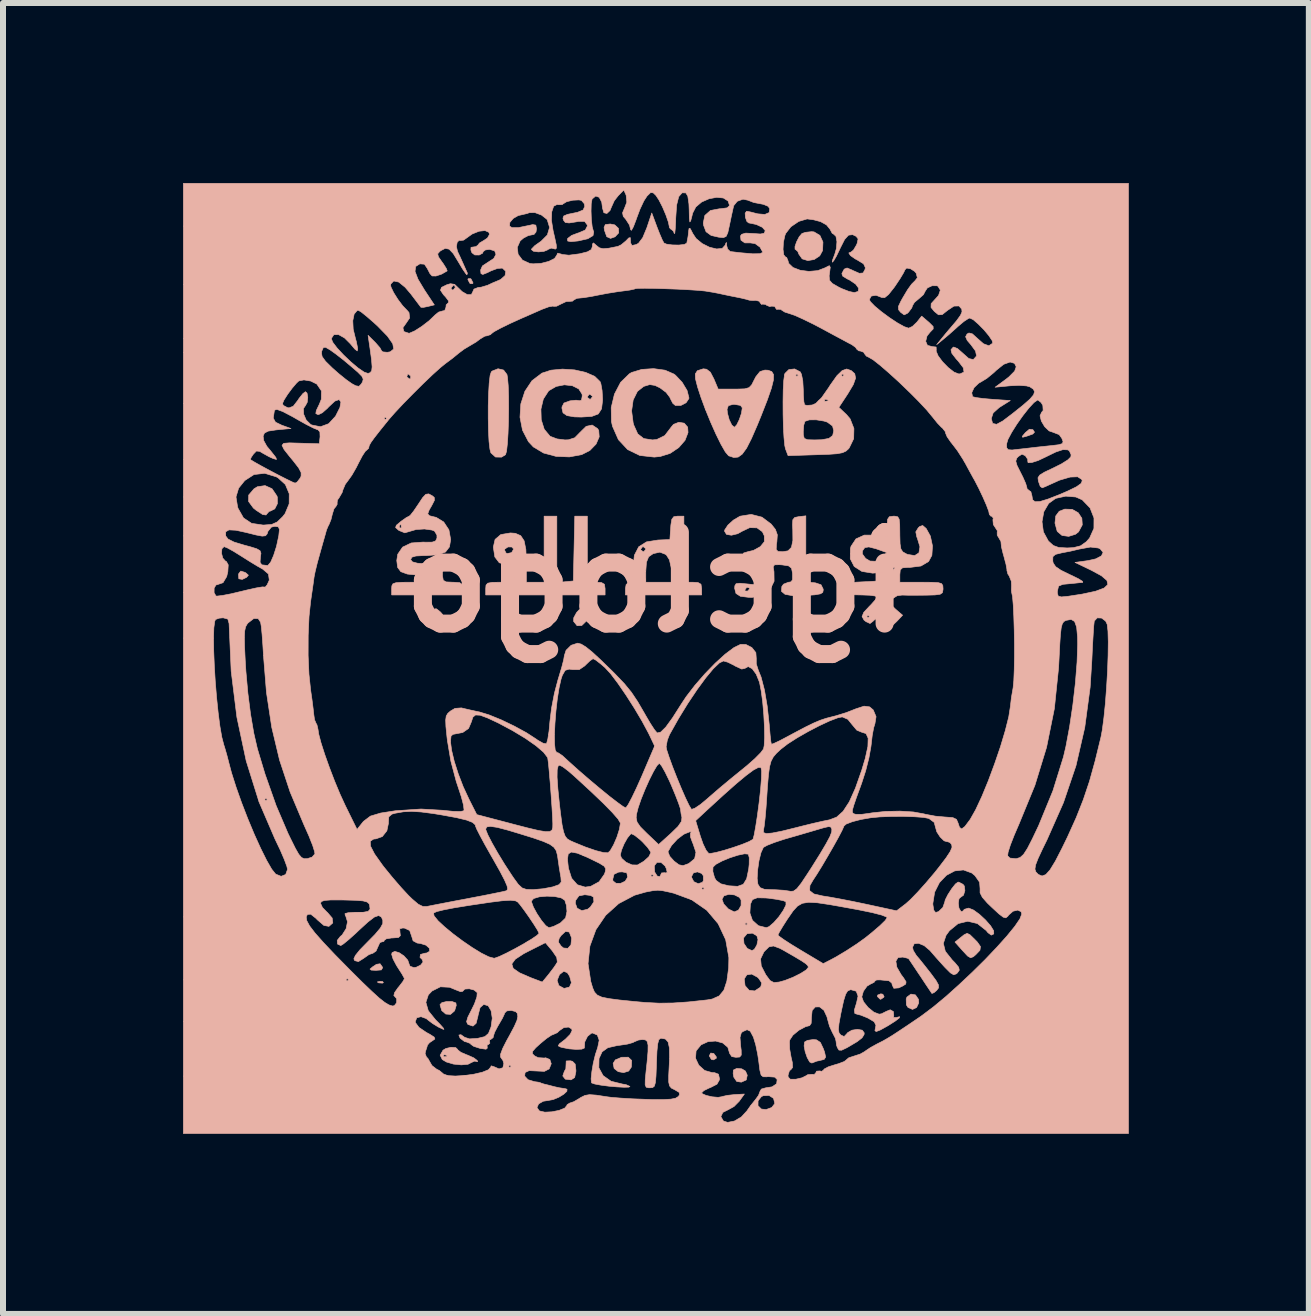
<source format=kicad_pcb>
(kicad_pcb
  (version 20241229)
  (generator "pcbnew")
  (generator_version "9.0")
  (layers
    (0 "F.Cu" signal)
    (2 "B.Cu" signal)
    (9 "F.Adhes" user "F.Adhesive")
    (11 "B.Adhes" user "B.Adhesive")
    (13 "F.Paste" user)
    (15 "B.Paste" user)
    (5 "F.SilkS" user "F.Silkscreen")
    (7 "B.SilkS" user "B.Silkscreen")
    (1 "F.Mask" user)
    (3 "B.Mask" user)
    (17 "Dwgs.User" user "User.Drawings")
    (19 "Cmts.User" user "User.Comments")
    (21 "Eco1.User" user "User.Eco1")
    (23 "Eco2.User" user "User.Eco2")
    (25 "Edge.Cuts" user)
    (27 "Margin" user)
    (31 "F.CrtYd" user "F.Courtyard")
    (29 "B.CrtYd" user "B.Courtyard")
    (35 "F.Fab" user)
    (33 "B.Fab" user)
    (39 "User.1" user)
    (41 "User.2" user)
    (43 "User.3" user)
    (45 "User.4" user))
  (footprint "igclogo"
    (layer "F.Cu")
    (at 7.879 7.921)
    (property "Reference" "igclogo" (at 0 -1.27 180) (layer "B.SilkS") (effects (font (size 1.524 1.524) (thickness 0.3)) (justify mirror)))
    (attr through_hole)
    (fp_poly (pts (xy -4.541 5.402) (xy -4.554 5.383) (xy -4.597 5.38) (xy -4.642 5.39) (xy -4.622 5.405) (xy -4.556 5.41) (xy -4.541 5.402)) (stroke (width 0.01) (type solid)) (fill yes) (layer "B.SilkS"))
    (fp_poly (pts (xy 1.005 6.664) (xy 1.006 6.638) (xy 0.964 6.582) (xy 0.913 6.575) (xy 0.889 6.622) (xy 0.923 6.68) (xy 0.956 6.689) (xy 1.005 6.664)) (stroke (width 0.01) (type solid)) (fill yes) (layer "B.SilkS"))
    (fp_poly (pts (xy -3.051 -6.246) (xy -3.048 -6.26) (xy -3.079 -6.32) (xy -3.09 -6.329) (xy -3.129 -6.327) (xy -3.133 -6.313) (xy -3.102 -6.253) (xy -3.09 -6.244) (xy -3.051 -6.246)) (stroke (width 0.01) (type solid)) (fill yes) (layer "B.SilkS"))
    (fp_poly (pts (xy 3.796 5.646) (xy 3.802 5.634) (xy 3.781 5.595) (xy 3.747 5.588) (xy 3.694 5.609) (xy 3.691 5.634) (xy 3.735 5.677) (xy 3.747 5.679) (xy 3.796 5.646)) (stroke (width 0.01) (type solid)) (fill yes) (layer "B.SilkS"))
    (fp_poly (pts (xy 6.181 -3.704) (xy 6.279 -3.739) (xy 6.308 -3.77) (xy 6.281 -3.812) (xy 6.223 -3.819) (xy 6.156 -3.763) (xy 6.103 -3.699) (xy 6.111 -3.685) (xy 6.181 -3.704)) (stroke (width 0.01) (type solid)) (fill yes) (layer "B.SilkS"))
    (fp_poly (pts (xy -6.821 -1.351) (xy -6.79 -1.387) (xy -6.832 -1.425) (xy -6.848 -1.434) (xy -6.917 -1.456) (xy -6.95 -1.415) (xy -6.955 -1.396) (xy -6.95 -1.327) (xy -6.892 -1.317) (xy -6.821 -1.351)) (stroke (width 0.01) (type solid)) (fill yes) (layer "B.SilkS"))
    (fp_poly (pts (xy -4.575 5.19) (xy -4.554 5.154) (xy -4.558 5.141) (xy -4.596 5.087) (xy -4.657 5.097) (xy -4.718 5.137) (xy -4.764 5.176) (xy -4.744 5.193) (xy -4.665 5.197) (xy -4.575 5.19)) (stroke (width 0.01) (type solid)) (fill yes) (layer "B.SilkS"))
    (fp_poly (pts (xy -0.682 -7.025) (xy -0.62 -7.091) (xy -0.624 -7.166) (xy -0.686 -7.224) (xy -0.761 -7.239) (xy -0.843 -7.229) (xy -0.864 -7.181) (xy -0.857 -7.133) (xy -0.819 -7.027) (xy -0.756 -6.999) (xy -0.682 -7.025)) (stroke (width 0.01) (type solid)) (fill yes) (layer "B.SilkS"))
    (fp_poly (pts (xy -0.454 6.875) (xy -0.409 6.808) (xy -0.404 6.698) (xy -0.461 6.644) (xy -0.571 6.645) (xy -0.676 6.689) (xy -0.713 6.747) (xy -0.696 6.832) (xy -0.628 6.885) (xy -0.538 6.901) (xy -0.454 6.875)) (stroke (width 0.01) (type solid)) (fill yes) (layer "B.SilkS"))
    (fp_poly (pts (xy 1.505 7.023) (xy 1.522 6.944) (xy 1.492 6.875) (xy 1.43 6.838) (xy 1.347 6.831) (xy 1.291 6.858) (xy 1.287 6.917) (xy 1.298 6.977) (xy 1.346 7.048) (xy 1.423 7.06) (xy 1.505 7.023)) (stroke (width 0.01) (type solid)) (fill yes) (layer "B.SilkS"))
    (fp_poly (pts (xy 4.343 5.816) (xy 4.379 5.74) (xy 4.375 5.68) (xy 4.324 5.606) (xy 4.249 5.593) (xy 4.183 5.642) (xy 4.17 5.673) (xy 4.173 5.772) (xy 4.201 5.816) (xy 4.276 5.848) (xy 4.343 5.816)) (stroke (width 0.01) (type solid)) (fill yes) (layer "B.SilkS"))
    (fp_poly (pts (xy -3.358 5.875) (xy -3.352 5.864) (xy -3.327 5.781) (xy -3.333 5.74) (xy -3.396 5.717) (xy -3.486 5.716) (xy -3.566 5.735) (xy -3.598 5.768) (xy -3.569 5.867) (xy -3.502 5.925) (xy -3.423 5.931) (xy -3.358 5.875)) (stroke (width 0.01) (type solid)) (fill yes) (layer "B.SilkS"))
    (fp_poly (pts (xy -1.236 -0.548) (xy -1.168 -0.614) (xy -1.126 -0.692) (xy -1.136 -0.744) (xy -1.168 -0.781) (xy -1.223 -0.833) (xy -1.258 -0.833) (xy -1.31 -0.778) (xy -1.323 -0.763) (xy -1.369 -0.678) (xy -1.372 -0.618) (xy -1.313 -0.545) (xy -1.236 -0.548)) (stroke (width 0.01) (type solid)) (fill yes) (layer "B.SilkS"))
    (fp_poly (pts (xy -1.412 7.02) (xy -1.354 6.983) (xy -1.334 6.888) (xy -1.333 6.862) (xy -1.345 6.759) (xy -1.39 6.713) (xy -1.427 6.704) (xy -1.495 6.707) (xy -1.497 6.753) (xy -1.501 6.836) (xy -1.526 6.881) (xy -1.552 6.957) (xy -1.51 7.01) (xy -1.419 7.021) (xy -1.412 7.02)) (stroke (width 0.01) (type solid)) (fill yes) (layer "B.SilkS"))
    (fp_poly (pts (xy 5.289 4.97) (xy 5.33 4.935) (xy 5.399 4.862) (xy 5.408 4.801) (xy 5.356 4.726) (xy 5.311 4.68) (xy 5.233 4.604) (xy 5.185 4.58) (xy 5.134 4.605) (xy 5.079 4.649) (xy 4.983 4.726) (xy 5.112 4.871) (xy 5.193 4.958) (xy 5.244 4.988) (xy 5.289 4.97)) (stroke (width 0.01) (type solid)) (fill yes) (layer "B.SilkS"))
    (fp_poly (pts (xy 6.991 -2.069) (xy 7.042 -2.109) (xy 7.104 -2.225) (xy 7.097 -2.336) (xy 7.036 -2.428) (xy 6.936 -2.484) (xy 6.813 -2.488) (xy 6.72 -2.452) (xy 6.662 -2.374) (xy 6.649 -2.255) (xy 6.684 -2.125) (xy 6.69 -2.114) (xy 6.767 -2.049) (xy 6.878 -2.034) (xy 6.991 -2.069)) (stroke (width 0.01) (type solid)) (fill yes) (layer "B.SilkS"))
    (fp_poly (pts (xy -6.488 -2.403) (xy -6.443 -2.452) (xy -6.425 -2.455) (xy -6.351 -2.492) (xy -6.307 -2.579) (xy -6.308 -2.687) (xy -6.315 -2.707) (xy -6.396 -2.827) (xy -6.512 -2.88) (xy -6.64 -2.861) (xy -6.697 -2.826) (xy -6.785 -2.723) (xy -6.788 -2.617) (xy -6.707 -2.506) (xy -6.662 -2.47) (xy -6.553 -2.398) (xy -6.496 -2.39) (xy -6.488 -2.403)) (stroke (width 0.01) (type solid)) (fill yes) (layer "B.SilkS"))
    (fp_poly (pts (xy -3.61 -0.527) (xy -3.553 -0.598) (xy -3.529 -0.675) (xy -3.564 -0.745) (xy -3.594 -0.777) (xy -3.657 -0.827) (xy -3.688 -0.826) (xy -3.688 -0.824) (xy -3.687 -0.751) (xy -3.687 -0.748) (xy -3.707 -0.732) (xy -3.721 -0.738) (xy -3.772 -0.742) (xy -3.79 -0.692) (xy -3.769 -0.612) (xy -3.759 -0.594) (xy -3.684 -0.519) (xy -3.61 -0.527)) (stroke (width 0.01) (type solid)) (fill yes) (layer "B.SilkS"))
    (fp_poly (pts (xy 2.599 6.741) (xy 2.679 6.71) (xy 2.728 6.7) (xy 2.803 6.681) (xy 2.828 6.642) (xy 2.81 6.559) (xy 2.789 6.501) (xy 2.74 6.398) (xy 2.676 6.355) (xy 2.619 6.35) (xy 2.524 6.364) (xy 2.477 6.391) (xy 2.469 6.457) (xy 2.487 6.553) (xy 2.521 6.651) (xy 2.562 6.724) (xy 2.599 6.742) (xy 2.599 6.741)) (stroke (width 0.01) (type solid)) (fill yes) (layer "B.SilkS"))
    (fp_poly (pts (xy 2.637 -6.647) (xy 2.729 -6.708) (xy 2.777 -6.796) (xy 2.783 -6.938) (xy 2.732 -7.049) (xy 2.635 -7.107) (xy 2.594 -7.111) (xy 2.492 -7.1) (xy 2.433 -7.08) (xy 2.387 -7.025) (xy 2.344 -6.942) (xy 2.317 -6.863) (xy 2.318 -6.818) (xy 2.324 -6.816) (xy 2.364 -6.781) (xy 2.381 -6.737) (xy 2.437 -6.658) (xy 2.531 -6.629) (xy 2.637 -6.647)) (stroke (width 0.01) (type solid)) (fill yes) (layer "B.SilkS"))
    (fp_poly (pts (xy -2.506 -3.395) (xy -2.489 -3.453) (xy -2.475 -3.577) (xy -2.464 -3.749) (xy -2.457 -3.95) (xy -2.454 -4.162) (xy -2.455 -4.367) (xy -2.461 -4.545) (xy -2.473 -4.679) (xy -2.482 -4.731) (xy -2.538 -4.805) (xy -2.631 -4.827) (xy -2.727 -4.789) (xy -2.743 -4.775) (xy -2.763 -4.714) (xy -2.778 -4.587) (xy -2.788 -4.413) (xy -2.794 -4.21) (xy -2.794 -3.998) (xy -2.79 -3.794) (xy -2.781 -3.617) (xy -2.766 -3.487) (xy -2.75 -3.426) (xy -2.673 -3.356) (xy -2.573 -3.354) (xy -2.506 -3.395)) (stroke (width 0.01) (type solid)) (fill yes) (layer "B.SilkS"))
    (fp_poly (pts (xy -3.131 6.762) (xy -3.069 6.73) (xy -3.016 6.708) (xy -2.996 6.716) (xy -2.97 6.717) (xy -2.979 6.698) (xy -3.035 6.655) (xy -3.136 6.61) (xy -3.154 6.604) (xy -3.251 6.562) (xy -3.3 6.523) (xy -3.302 6.516) (xy -3.336 6.484) (xy -3.414 6.479) (xy -3.5 6.499) (xy -3.548 6.528) (xy -3.595 6.611) (xy -3.585 6.632) (xy -3.542 6.632) (xy -3.536 6.607) (xy -3.514 6.604) (xy -3.479 6.619) (xy -3.485 6.632) (xy -3.536 6.637) (xy -3.542 6.632) (xy -3.585 6.632) (xy -3.56 6.683) (xy -3.491 6.724) (xy -3.373 6.759) (xy -3.243 6.772) (xy -3.131 6.762)) (stroke (width 0.01) (type solid)) (fill yes) (layer "B.SilkS"))
    (fp_poly (pts (xy -0.847 -1.164) (xy -0.858 -1.236) (xy -0.908 -1.265) (xy -0.995 -1.27) (xy -1.143 -1.27) (xy -1.143 -2.371) (xy -1.352 -2.371) (xy -1.376 -1.291) (xy -1.651 -1.265) (xy -1.651 -2.371) (xy -1.863 -2.371) (xy -1.863 -1.27) (xy -2.159 -1.27) (xy -2.159 -1.601) (xy -2.167 -1.816) (xy -2.196 -1.96) (xy -2.253 -2.046) (xy -2.343 -2.085) (xy -2.425 -2.091) (xy -2.585 -2.064) (xy -2.68 -1.983) (xy -2.709 -1.855) (xy -2.702 -1.808) (xy -2.523 -1.808) (xy -2.517 -1.823) (xy -2.465 -1.858) (xy -2.401 -1.857) (xy -2.371 -1.823) (xy -2.404 -1.764) (xy -2.473 -1.748) (xy -2.498 -1.757) (xy -2.523 -1.808) (xy -2.702 -1.808) (xy -2.684 -1.691) (xy -2.61 -1.594) (xy -2.501 -1.566) (xy -2.418 -1.556) (xy -2.379 -1.507) (xy -2.363 -1.418) (xy -2.345 -1.27) (xy -2.591 -1.27) (xy -2.729 -1.268) (xy -2.802 -1.254) (xy -2.831 -1.222) (xy -2.836 -1.164) (xy -2.836 -1.058) (xy -0.847 -1.058) (xy -0.847 -1.164)) (stroke (width 0.01) (type solid)) (fill yes) (layer "B.SilkS"))
    (fp_poly (pts (xy 0.072 -3.365) (xy 0.237 -3.417) (xy 0.38 -3.513) (xy 0.485 -3.634) (xy 0.535 -3.764) (xy 0.529 -3.854) (xy 0.472 -3.92) (xy 0.381 -3.935) (xy 0.293 -3.9) (xy 0.256 -3.856) (xy 0.148 -3.714) (xy 0.014 -3.648) (xy -0.058 -3.641) (xy -0.204 -3.664) (xy -0.303 -3.742) (xy -0.369 -3.889) (xy -0.379 -3.924) (xy -0.405 -4.125) (xy -0.379 -4.307) (xy -0.308 -4.45) (xy -0.203 -4.533) (xy -0.103 -4.563) (xy -0.015 -4.549) (xy 0.069 -4.508) (xy 0.17 -4.433) (xy 0.233 -4.349) (xy 0.238 -4.335) (xy 0.282 -4.25) (xy 0.324 -4.215) (xy 0.415 -4.215) (xy 0.502 -4.26) (xy 0.549 -4.33) (xy 0.55 -4.343) (xy 0.519 -4.465) (xy 0.437 -4.601) (xy 0.326 -4.719) (xy 0.301 -4.738) (xy 0.152 -4.803) (xy -0.039 -4.829) (xy -0.236 -4.816) (xy -0.405 -4.765) (xy -0.442 -4.743) (xy -0.588 -4.601) (xy -0.691 -4.404) (xy -0.745 -4.179) (xy -0.741 -3.948) (xy -0.724 -3.869) (xy -0.625 -3.645) (xy -0.471 -3.48) (xy -0.269 -3.382) (xy -0.028 -3.355) (xy 0.072 -3.365)) (stroke (width 0.01) (type solid)) (fill yes) (layer "B.SilkS"))
    (fp_poly (pts (xy 0.762 -1.164) (xy 0.751 -1.236) (xy 0.701 -1.265) (xy 0.614 -1.27) (xy 0.466 -1.27) (xy 0.466 -2.371) (xy 0.362 -2.371) (xy 0.298 -2.362) (xy 0.265 -2.319) (xy 0.249 -2.222) (xy 0.246 -2.176) (xy 0.233 -1.981) (xy 0.033 -1.973) (xy -0.158 -1.942) (xy -0.287 -1.86) (xy -0.307 -1.82) (xy -0.254 -1.82) (xy -0.222 -1.861) (xy -0.212 -1.863) (xy -0.171 -1.83) (xy -0.169 -1.82) (xy -0.202 -1.779) (xy -0.212 -1.778) (xy -0.253 -1.81) (xy -0.254 -1.82) (xy -0.307 -1.82) (xy -0.359 -1.72) (xy -0.381 -1.517) (xy -0.386 -1.372) (xy -0.404 -1.295) (xy -0.44 -1.27) (xy -0.445 -1.27) (xy -0.169 -1.27) (xy -0.169 -1.45) (xy -0.158 -1.603) (xy -0.121 -1.694) (xy -0.049 -1.744) (xy -0.042 -1.747) (xy 0.066 -1.771) (xy 0.154 -1.737) (xy 0.175 -1.723) (xy 0.225 -1.643) (xy 0.256 -1.506) (xy 0.26 -1.47) (xy 0.276 -1.27) (xy -0.169 -1.27) (xy -0.445 -1.27) (xy -0.496 -1.233) (xy -0.508 -1.164) (xy -0.508 -1.058) (xy 0.762 -1.058) (xy 0.762 -1.164)) (stroke (width 0.01) (type solid)) (fill yes) (layer "B.SilkS"))
    (fp_poly (pts (xy 1.37 -3.355) (xy 1.438 -3.404) (xy 1.51 -3.503) (xy 1.591 -3.662) (xy 1.689 -3.887) (xy 1.753 -4.044) (xy 1.856 -4.307) (xy 1.924 -4.503) (xy 1.958 -4.64) (xy 1.96 -4.73) (xy 1.93 -4.78) (xy 1.869 -4.802) (xy 1.816 -4.805) (xy 1.734 -4.78) (xy 1.665 -4.694) (xy 1.64 -4.646) (xy 1.596 -4.559) (xy 1.551 -4.512) (xy 1.479 -4.492) (xy 1.356 -4.488) (xy 1.301 -4.488) (xy 1.037 -4.488) (xy 0.966 -4.657) (xy 0.907 -4.77) (xy 0.843 -4.819) (xy 0.789 -4.826) (xy 0.69 -4.794) (xy 0.656 -4.74) (xy 0.659 -4.66) (xy 0.694 -4.523) (xy 0.752 -4.346) (xy 0.824 -4.151) (xy 1.185 -4.151) (xy 1.207 -4.212) (xy 1.284 -4.233) (xy 1.312 -4.233) (xy 1.409 -4.216) (xy 1.439 -4.176) (xy 1.425 -4.084) (xy 1.389 -3.978) (xy 1.346 -3.891) (xy 1.308 -3.852) (xy 1.307 -3.852) (xy 1.264 -3.889) (xy 1.221 -3.978) (xy 1.192 -4.086) (xy 1.185 -4.151) (xy 0.824 -4.151) (xy 0.827 -4.144) (xy 0.912 -3.936) (xy 1 -3.738) (xy 1.084 -3.568) (xy 1.156 -3.442) (xy 1.211 -3.377) (xy 1.216 -3.375) (xy 1.298 -3.348) (xy 1.37 -3.355)) (stroke (width 0.01) (type solid)) (fill yes) (layer "B.SilkS"))
    (fp_poly (pts (xy -1.237 -3.396) (xy -1.101 -3.465) (xy -0.997 -3.572) (xy -0.945 -3.692) (xy -0.953 -3.799) (xy -0.972 -3.829) (xy -1.062 -3.889) (xy -1.162 -3.867) (xy -1.263 -3.768) (xy -1.352 -3.677) (xy -1.458 -3.643) (xy -1.516 -3.641) (xy -1.648 -3.658) (xy -1.759 -3.7) (xy -1.767 -3.706) (xy -1.861 -3.819) (xy -1.911 -3.977) (xy -1.916 -4.154) (xy -1.876 -4.322) (xy -1.79 -4.455) (xy -1.783 -4.462) (xy -1.663 -4.532) (xy -1.525 -4.559) (xy -1.392 -4.544) (xy -1.286 -4.491) (xy -1.231 -4.405) (xy -1.228 -4.374) (xy -1.23 -4.36) (xy -1.143 -4.36) (xy -1.111 -4.401) (xy -1.101 -4.403) (xy -1.06 -4.37) (xy -1.058 -4.36) (xy -1.091 -4.319) (xy -1.101 -4.318) (xy -1.142 -4.35) (xy -1.143 -4.36) (xy -1.23 -4.36) (xy -1.24 -4.305) (xy -1.266 -4.294) (xy -1.331 -4.303) (xy -1.434 -4.292) (xy -1.435 -4.291) (xy -1.532 -4.256) (xy -1.565 -4.191) (xy -1.566 -4.169) (xy -1.548 -4.092) (xy -1.482 -4.046) (xy -1.356 -4.025) (xy -1.243 -4.022) (xy -1.068 -4.033) (xy -0.96 -4.074) (xy -0.906 -4.159) (xy -0.889 -4.299) (xy -0.889 -4.322) (xy -0.897 -4.463) (xy -0.917 -4.577) (xy -0.93 -4.612) (xy -1.02 -4.7) (xy -1.17 -4.766) (xy -1.356 -4.808) (xy -1.557 -4.821) (xy -1.749 -4.803) (xy -1.899 -4.754) (xy -2.065 -4.628) (xy -2.183 -4.451) (xy -2.251 -4.241) (xy -2.265 -4.019) (xy -2.223 -3.803) (xy -2.124 -3.612) (xy -2.042 -3.524) (xy -1.873 -3.423) (xy -1.664 -3.367) (xy -1.442 -3.358) (xy -1.237 -3.396)) (stroke (width 0.01) (type solid)) (fill yes) (layer "B.SilkS"))
    (fp_poly (pts (xy 2.671 -3.394) (xy 2.879 -3.401) (xy 3.019 -3.411) (xy 3.109 -3.428) (xy 3.167 -3.455) (xy 3.21 -3.494) (xy 3.221 -3.508) (xy 3.295 -3.661) (xy 3.299 -3.831) (xy 3.236 -3.992) (xy 3.175 -4.064) (xy 3.048 -4.183) (xy 3.197 -4.409) (xy 3.289 -4.563) (xy 3.327 -4.67) (xy 3.313 -4.744) (xy 3.255 -4.796) (xy 3.179 -4.823) (xy 3.103 -4.796) (xy 3.025 -4.72) (xy 3.09 -4.72) (xy 3.111 -4.741) (xy 3.133 -4.72) (xy 3.111 -4.699) (xy 3.09 -4.72) (xy 3.025 -4.72) (xy 3.015 -4.71) (xy 2.905 -4.555) (xy 2.88 -4.515) (xy 2.761 -4.345) (xy 2.704 -4.29) (xy 2.808 -4.29) (xy 2.814 -4.315) (xy 2.836 -4.318) (xy 2.871 -4.303) (xy 2.865 -4.29) (xy 2.814 -4.285) (xy 2.808 -4.29) (xy 2.704 -4.29) (xy 2.663 -4.249) (xy 2.604 -4.223) (xy 2.517 -4.216) (xy 2.477 -4.225) (xy 2.465 -4.277) (xy 2.457 -4.385) (xy 2.455 -4.486) (xy 2.447 -4.626) (xy 2.425 -4.735) (xy 2.405 -4.775) (xy 2.311 -4.824) (xy 2.215 -4.813) (xy 2.15 -4.749) (xy 2.143 -4.731) (xy 2.142 -4.72) (xy 2.328 -4.72) (xy 2.349 -4.741) (xy 2.371 -4.72) (xy 2.349 -4.699) (xy 2.328 -4.72) (xy 2.142 -4.72) (xy 2.13 -4.633) (xy 2.121 -4.475) (xy 2.118 -4.279) (xy 2.119 -4.067) (xy 2.124 -3.86) (xy 2.128 -3.782) (xy 2.455 -3.782) (xy 2.463 -3.886) (xy 2.482 -3.949) (xy 2.484 -3.951) (xy 2.554 -3.975) (xy 2.671 -3.976) (xy 2.8 -3.955) (xy 2.855 -3.938) (xy 2.943 -3.873) (xy 2.963 -3.794) (xy 2.945 -3.714) (xy 2.882 -3.666) (xy 2.76 -3.644) (xy 2.642 -3.641) (xy 2.527 -3.644) (xy 2.472 -3.666) (xy 2.456 -3.725) (xy 2.455 -3.782) (xy 2.128 -3.782) (xy 2.134 -3.679) (xy 2.147 -3.546) (xy 2.159 -3.492) (xy 2.202 -3.379) (xy 2.671 -3.394)) (stroke (width 0.01) (type solid)) (fill yes) (layer "B.SilkS"))
    (fp_poly (pts (xy -3.217 -1.164) (xy -3.227 -1.232) (xy -3.27 -1.263) (xy -3.372 -1.27) (xy -3.387 -1.27) (xy -3.495 -1.275) (xy -3.543 -1.302) (xy -3.556 -1.374) (xy -3.556 -1.416) (xy -3.556 -1.562) (xy -3.821 -1.575) (xy -3.974 -1.587) (xy -4.057 -1.609) (xy -4.085 -1.645) (xy -4.085 -1.651) (xy -4.066 -1.687) (xy -3.999 -1.707) (xy -3.867 -1.714) (xy -3.822 -1.714) (xy -3.63 -1.728) (xy -3.506 -1.773) (xy -3.44 -1.859) (xy -3.42 -1.981) (xy -3.449 -2.142) (xy -3.536 -2.274) (xy -3.662 -2.351) (xy -3.685 -2.356) (xy -3.774 -2.378) (xy -3.802 -2.409) (xy -3.778 -2.474) (xy -3.736 -2.546) (xy -3.691 -2.634) (xy -3.693 -2.682) (xy -3.726 -2.71) (xy -3.786 -2.742) (xy -3.834 -2.735) (xy -3.887 -2.679) (xy -3.964 -2.562) (xy -3.965 -2.561) (xy -4.037 -2.455) (xy -4.092 -2.386) (xy -4.111 -2.371) (xy -4.159 -2.347) (xy -4.241 -2.289) (xy -4.251 -2.281) (xy -4.325 -2.219) (xy -4.331 -2.201) (xy -4.276 -2.201) (xy -4.26 -2.236) (xy -4.247 -2.23) (xy -4.242 -2.179) (xy -4.247 -2.173) (xy -4.273 -2.179) (xy -4.276 -2.201) (xy -4.331 -2.201) (xy -4.337 -2.181) (xy -4.292 -2.14) (xy -4.279 -2.131) (xy -4.184 -2.093) (xy -4.11 -2.115) (xy -3.996 -2.148) (xy -3.856 -2.157) (xy -3.731 -2.139) (xy -3.689 -2.122) (xy -3.649 -2.055) (xy -3.648 -2.006) (xy -3.671 -1.958) (xy -3.728 -1.938) (xy -3.842 -1.937) (xy -3.877 -1.939) (xy -4.077 -1.924) (xy -4.221 -1.855) (xy -4.302 -1.736) (xy -4.318 -1.632) (xy -4.304 -1.517) (xy -4.25 -1.445) (xy -4.142 -1.406) (xy -3.981 -1.389) (xy -3.841 -1.372) (xy -3.754 -1.342) (xy -3.736 -1.323) (xy -3.75 -1.295) (xy -3.822 -1.278) (xy -3.962 -1.271) (xy -4.06 -1.27) (xy -4.229 -1.269) (xy -4.331 -1.262) (xy -4.382 -1.244) (xy -4.4 -1.21) (xy -4.403 -1.164) (xy -4.403 -1.058) (xy -3.217 -1.058) (xy -3.217 -1.164)) (stroke (width 0.01) (type solid)) (fill yes) (layer "B.SilkS"))
    (fp_poly (pts (xy 1.775 -1.053) (xy 1.902 -1.148) (xy 1.969 -1.286) (xy 1.967 -1.445) (xy 1.954 -1.527) (xy 1.976 -1.56) (xy 2.055 -1.562) (xy 2.102 -1.559) (xy 2.209 -1.543) (xy 2.259 -1.504) (xy 2.277 -1.419) (xy 2.278 -1.408) (xy 2.278 -1.311) (xy 2.245 -1.274) (xy 2.209 -1.27) (xy 2.127 -1.238) (xy 2.098 -1.199) (xy 2.092 -1.118) (xy 2.152 -1.068) (xy 2.282 -1.045) (xy 2.488 -1.048) (xy 2.489 -1.048) (xy 2.648 -1.06) (xy 2.74 -1.076) (xy 2.78 -1.1) (xy 2.788 -1.141) (xy 2.786 -1.158) (xy 2.751 -1.228) (xy 2.659 -1.259) (xy 2.635 -1.262) (xy 2.498 -1.275) (xy 2.498 -2.376) (xy 2.382 -2.363) (xy 2.313 -2.349) (xy 2.281 -2.311) (xy 2.276 -2.227) (xy 2.28 -2.149) (xy 2.282 -1.966) (xy 2.258 -1.851) (xy 2.201 -1.793) (xy 2.113 -1.778) (xy 2.034 -1.783) (xy 2.004 -1.815) (xy 2.008 -1.899) (xy 2.015 -1.942) (xy 2.023 -2.06) (xy 1.991 -2.15) (xy 1.92 -2.239) (xy 1.767 -2.354) (xy 1.588 -2.4) (xy 1.407 -2.371) (xy 1.398 -2.368) (xy 1.291 -2.305) (xy 1.199 -2.221) (xy 1.147 -2.142) (xy 1.143 -2.121) (xy 1.176 -2.067) (xy 1.258 -2.053) (xy 1.362 -2.078) (xy 1.431 -2.117) (xy 1.562 -2.179) (xy 1.684 -2.176) (xy 1.774 -2.111) (xy 1.806 -2.043) (xy 1.807 -1.946) (xy 1.743 -1.867) (xy 1.731 -1.858) (xy 1.625 -1.8) (xy 1.535 -1.779) (xy 1.461 -1.757) (xy 1.439 -1.681) (xy 1.439 -1.672) (xy 1.459 -1.59) (xy 1.527 -1.566) (xy 1.527 -1.566) (xy 1.644 -1.529) (xy 1.718 -1.43) (xy 1.736 -1.331) (xy 1.731 -1.263) (xy 1.704 -1.233) (xy 1.632 -1.23) (xy 1.524 -1.241) (xy 1.399 -1.253) (xy 1.336 -1.245) (xy 1.315 -1.211) (xy 1.312 -1.167) (xy 1.319 -1.141) (xy 1.482 -1.141) (xy 1.512 -1.184) (xy 1.524 -1.185) (xy 1.565 -1.171) (xy 1.566 -1.167) (xy 1.537 -1.131) (xy 1.524 -1.122) (xy 1.485 -1.125) (xy 1.482 -1.141) (xy 1.319 -1.141) (xy 1.334 -1.083) (xy 1.409 -1.035) (xy 1.548 -1.018) (xy 1.602 -1.017) (xy 1.775 -1.053)) (stroke (width 0.01) (type solid)) (fill yes) (layer "B.SilkS"))
    (fp_poly (pts (xy 3.953 -0.56) (xy 4.017 -0.621) (xy 4.021 -0.625) (xy 4.11 -0.72) (xy 3.993 -0.821) (xy 3.919 -0.893) (xy 3.905 -0.944) (xy 3.935 -0.992) (xy 4.02 -1.045) (xy 4.103 -1.056) (xy 4.202 -1.053) (xy 4.351 -1.053) (xy 4.498 -1.054) (xy 4.649 -1.058) (xy 4.735 -1.069) (xy 4.773 -1.095) (xy 4.783 -1.142) (xy 4.784 -1.164) (xy 4.78 -1.215) (xy 4.759 -1.247) (xy 4.704 -1.263) (xy 4.597 -1.269) (xy 4.424 -1.27) (xy 4.064 -1.27) (xy 4.064 -1.394) (xy 4.071 -1.475) (xy 4.109 -1.51) (xy 4.203 -1.517) (xy 4.227 -1.516) (xy 4.416 -1.54) (xy 4.543 -1.615) (xy 4.598 -1.717) (xy 4.608 -1.875) (xy 4.573 -2.039) (xy 4.503 -2.165) (xy 4.445 -2.215) (xy 4.396 -2.199) (xy 4.371 -2.176) (xy 4.33 -2.109) (xy 4.347 -2.023) (xy 4.355 -2.006) (xy 4.399 -1.86) (xy 4.382 -1.759) (xy 4.312 -1.714) (xy 4.194 -1.733) (xy 4.169 -1.744) (xy 4.113 -1.776) (xy 4.082 -1.824) (xy 4.068 -1.91) (xy 4.064 -2.055) (xy 4.064 -2.081) (xy 4.062 -2.234) (xy 4.053 -2.32) (xy 4.029 -2.36) (xy 3.983 -2.37) (xy 3.958 -2.371) (xy 3.89 -2.362) (xy 3.86 -2.319) (xy 3.852 -2.218) (xy 3.852 -2.199) (xy 3.852 -2.053) (xy 3.895 -2.053) (xy 3.916 -2.074) (xy 3.937 -2.053) (xy 3.916 -2.032) (xy 3.895 -2.053) (xy 3.852 -2.053) (xy 3.852 -2.027) (xy 3.662 -2.055) (xy 3.472 -2.055) (xy 3.333 -1.992) (xy 3.251 -1.869) (xy 3.24 -1.829) (xy 3.239 -1.742) (xy 3.439 -1.742) (xy 3.442 -1.793) (xy 3.48 -1.847) (xy 3.548 -1.858) (xy 3.666 -1.828) (xy 3.709 -1.813) (xy 3.848 -1.763) (xy 3.759 -1.686) (xy 3.657 -1.619) (xy 3.566 -1.623) (xy 3.494 -1.666) (xy 3.439 -1.742) (xy 3.239 -1.742) (xy 3.238 -1.661) (xy 3.304 -1.532) (xy 3.387 -1.479) (xy 3.895 -1.479) (xy 3.925 -1.522) (xy 3.937 -1.524) (xy 3.978 -1.51) (xy 3.979 -1.505) (xy 3.95 -1.469) (xy 3.937 -1.46) (xy 3.898 -1.464) (xy 3.895 -1.479) (xy 3.387 -1.479) (xy 3.432 -1.45) (xy 3.612 -1.421) (xy 3.72 -1.43) (xy 3.815 -1.437) (xy 3.848 -1.413) (xy 3.845 -1.371) (xy 3.826 -1.33) (xy 3.777 -1.304) (xy 3.679 -1.289) (xy 3.516 -1.279) (xy 3.503 -1.279) (xy 3.338 -1.271) (xy 3.24 -1.26) (xy 3.192 -1.238) (xy 3.176 -1.199) (xy 3.175 -1.162) (xy 3.181 -1.105) (xy 3.211 -1.074) (xy 3.285 -1.061) (xy 3.424 -1.058) (xy 3.429 -1.058) (xy 3.563 -1.053) (xy 3.655 -1.04) (xy 3.683 -1.024) (xy 3.655 -0.976) (xy 3.585 -0.897) (xy 3.556 -0.868) (xy 3.463 -0.768) (xy 3.435 -0.699) (xy 3.514 -0.699) (xy 3.535 -0.72) (xy 3.556 -0.699) (xy 3.535 -0.677) (xy 3.514 -0.699) (xy 3.435 -0.699) (xy 3.435 -0.698) (xy 3.467 -0.64) (xy 3.502 -0.612) (xy 3.568 -0.582) (xy 3.621 -0.623) (xy 3.625 -0.629) (xy 3.707 -0.693) (xy 3.798 -0.673) (xy 3.86 -0.614) (xy 3.912 -0.558) (xy 3.953 -0.56)) (stroke (width 0.01) (type solid)) (fill yes) (layer "B.SilkS"))
    (fp_poly (pts (xy 7.874 -7.916) (xy -7.874 -7.916) (xy -7.874 -7.204) (xy -2.439 -7.204) (xy -2.434 -7.265) (xy -2.377 -7.332) (xy -2.293 -7.38) (xy -2.256 -7.388) (xy -2.148 -7.413) (xy -2.109 -7.427) (xy -2.017 -7.429) (xy -1.907 -7.388) (xy -1.819 -7.319) (xy -1.81 -7.307) (xy -1.772 -7.182) (xy -1.809 -7.056) (xy -1.916 -6.949) (xy -1.926 -6.943) (xy -2.019 -6.877) (xy -2.071 -6.823) (xy -2.074 -6.812) (xy -2.039 -6.784) (xy -1.958 -6.774) (xy -1.868 -6.782) (xy -1.806 -6.807) (xy -1.8 -6.814) (xy -1.745 -6.837) (xy -1.713 -6.83) (xy -1.675 -6.82) (xy -1.658 -6.836) (xy -1.661 -6.893) (xy -1.685 -7.006) (xy -1.713 -7.127) (xy -1.741 -7.301) (xy -1.736 -7.441) (xy -1.704 -7.535) (xy -1.645 -7.565) (xy -1.624 -7.56) (xy -1.561 -7.562) (xy -1.547 -7.574) (xy -1.488 -7.61) (xy -1.386 -7.635) (xy -1.283 -7.64) (xy -1.241 -7.632) (xy -1.194 -7.577) (xy -1.185 -7.533) (xy -1.213 -7.472) (xy -1.305 -7.434) (xy -1.344 -7.426) (xy -1.474 -7.399) (xy -1.536 -7.372) (xy -1.549 -7.335) (xy -1.539 -7.301) (xy -1.51 -7.264) (xy -1.447 -7.256) (xy -1.33 -7.274) (xy -1.291 -7.282) (xy -1.188 -7.282) (xy -1.144 -7.223) (xy -1.143 -7.204) (xy -1.177 -7.138) (xy -1.287 -7.091) (xy -1.299 -7.088) (xy -1.405 -7.048) (xy -1.469 -6.999) (xy -1.474 -6.989) (xy -1.47 -6.955) (xy -1.417 -6.945) (xy -1.299 -6.956) (xy -1.289 -6.958) (xy -1.135 -6.993) (xy -1.048 -7.045) (xy -1.036 -7.109) (xy -1.042 -7.12) (xy -1.062 -7.193) (xy -1.076 -7.316) (xy -1.081 -7.455) (xy -1.078 -7.578) (xy -1.064 -7.653) (xy -1.062 -7.656) (xy -1.003 -7.705) (xy -0.945 -7.683) (xy -0.903 -7.603) (xy -0.89 -7.504) (xy -0.867 -7.426) (xy -0.817 -7.414) (xy -0.765 -7.463) (xy -0.744 -7.515) (xy -0.694 -7.626) (xy -0.626 -7.713) (xy -0.535 -7.805) (xy -0.496 -7.718) (xy -0.485 -7.602) (xy -0.519 -7.513) (xy -0.556 -7.425) (xy -0.544 -7.366) (xy -0.502 -7.317) (xy -0.44 -7.221) (xy -0.421 -7.144) (xy -0.408 -7.133) (xy -0.376 -7.191) (xy -0.332 -7.305) (xy -0.323 -7.332) (xy -0.264 -7.489) (xy -0.201 -7.623) (xy -0.149 -7.703) (xy -0.089 -7.762) (xy -0.045 -7.758) (xy -0.000087 -7.715) (xy 0.05 -7.639) (xy 0.11 -7.522) (xy 0.166 -7.39) (xy 0.207 -7.272) (xy 0.223 -7.195) (xy 0.222 -7.186) (xy 0.243 -7.155) (xy 0.251 -7.154) (xy 0.292 -7.119) (xy 0.306 -7.08) (xy 0.314 -7.083) (xy 0.322 -7.157) (xy 0.329 -7.285) (xy 0.33 -7.337) (xy 0.345 -7.555) (xy 0.38 -7.694) (xy 0.436 -7.758) (xy 0.498 -7.757) (xy 0.531 -7.704) (xy 0.55 -7.574) (xy 0.554 -7.479) (xy 0.557 -7.335) (xy 0.565 -7.273) (xy 0.579 -7.29) (xy 0.603 -7.382) (xy 0.611 -7.418) (xy 0.665 -7.523) (xy 0.762 -7.605) (xy 0.885 -7.659) (xy 1.012 -7.683) (xy 1.124 -7.672) (xy 1.202 -7.622) (xy 1.227 -7.546) (xy 1.188 -7.508) (xy 1.077 -7.493) (xy 1.061 -7.493) (xy 0.909 -7.464) (xy 0.815 -7.381) (xy 0.789 -7.255) (xy 0.794 -7.218) (xy 0.835 -7.11) (xy 0.92 -7.048) (xy 1.046 -7.019) (xy 1.124 -7.012) (xy 1.169 -7.031) (xy 1.198 -7.094) (xy 1.226 -7.221) (xy 1.229 -7.236) (xy 1.259 -7.38) (xy 1.285 -7.497) (xy 1.296 -7.544) (xy 1.355 -7.617) (xy 1.451 -7.652) (xy 1.533 -7.635) (xy 1.624 -7.599) (xy 1.65 -7.593) (xy 1.792 -7.566) (xy 1.868 -7.534) (xy 1.897 -7.495) (xy 1.887 -7.429) (xy 1.815 -7.398) (xy 1.697 -7.408) (xy 1.677 -7.413) (xy 1.576 -7.439) (xy 1.512 -7.451) (xy 1.511 -7.451) (xy 1.487 -7.419) (xy 1.491 -7.349) (xy 1.515 -7.282) (xy 1.545 -7.257) (xy 1.672 -7.231) (xy 1.773 -7.184) (xy 1.82 -7.13) (xy 1.82 -7.123) (xy 1.803 -7.084) (xy 1.74 -7.072) (xy 1.627 -7.08) (xy 1.497 -7.087) (xy 1.429 -7.067) (xy 1.409 -7.039) (xy 1.417 -6.969) (xy 1.481 -6.924) (xy 1.572 -6.924) (xy 1.653 -6.912) (xy 1.734 -6.853) (xy 1.755 -6.816) (xy 2.118 -6.816) (xy 2.124 -6.932) (xy 2.148 -7.044) (xy 2.162 -7.081) (xy 2.249 -7.193) (xy 2.38 -7.282) (xy 2.515 -7.322) (xy 2.523 -7.323) (xy 2.627 -7.309) (xy 2.744 -7.278) (xy 2.843 -7.223) (xy 2.9 -7.153) (xy 2.901 -7.151) (xy 2.937 -7.084) (xy 2.961 -7.07) (xy 3 -7.033) (xy 3.016 -6.944) (xy 3.007 -6.83) (xy 2.98 -6.735) (xy 2.942 -6.635) (xy 2.939 -6.602) (xy 2.963 -6.627) (xy 3.007 -6.703) (xy 3.065 -6.823) (xy 3.071 -6.837) (xy 3.144 -6.981) (xy 3.209 -7.053) (xy 3.278 -7.061) (xy 3.336 -7.033) (xy 3.369 -6.991) (xy 3.353 -6.916) (xy 3.34 -6.886) (xy 3.292 -6.805) (xy 3.253 -6.773) (xy 3.214 -6.756) (xy 3.241 -6.713) (xy 3.321 -6.657) (xy 3.362 -6.635) (xy 3.46 -6.575) (xy 3.489 -6.513) (xy 3.485 -6.484) (xy 3.452 -6.423) (xy 3.389 -6.417) (xy 3.278 -6.466) (xy 3.265 -6.473) (xy 3.185 -6.506) (xy 3.14 -6.488) (xy 3.128 -6.471) (xy 3.098 -6.411) (xy 3.113 -6.37) (xy 3.188 -6.324) (xy 3.229 -6.304) (xy 3.328 -6.237) (xy 3.378 -6.169) (xy 3.371 -6.116) (xy 3.306 -6.096) (xy 3.217 -6.115) (xy 3.094 -6.163) (xy 3.045 -6.187) (xy 2.939 -6.248) (xy 2.892 -6.302) (xy 2.886 -6.375) (xy 2.893 -6.424) (xy 2.905 -6.518) (xy 2.89 -6.545) (xy 2.836 -6.518) (xy 2.824 -6.511) (xy 2.697 -6.462) (xy 2.549 -6.449) (xy 2.404 -6.468) (xy 2.284 -6.514) (xy 2.212 -6.583) (xy 2.201 -6.626) (xy 2.178 -6.682) (xy 2.159 -6.689) (xy 2.13 -6.725) (xy 2.118 -6.816) (xy 1.755 -6.816) (xy 1.777 -6.777) (xy 1.778 -6.766) (xy 1.737 -6.744) (xy 1.613 -6.742) (xy 1.408 -6.76) (xy 1.238 -6.78) (xy 1.194 -6.822) (xy 1.18 -6.876) (xy 1.174 -6.932) (xy 1.161 -6.908) (xy 1.156 -6.888) (xy 1.105 -6.832) (xy 1.011 -6.823) (xy 0.892 -6.852) (xy 0.772 -6.912) (xy 0.669 -6.997) (xy 0.614 -7.08) (xy 0.573 -7.161) (xy 0.553 -7.167) (xy 0.547 -7.133) (xy 0.537 -7.042) (xy 0.531 -7.006) (xy 0.515 -6.924) (xy 0.514 -6.92) (xy 0.474 -6.898) (xy 0.382 -6.888) (xy 0.272 -6.89) (xy 0.177 -6.903) (xy 0.134 -6.922) (xy 0.106 -6.973) (xy 0.061 -7.078) (xy 0.019 -7.185) (xy -0.069 -7.422) (xy -0.151 -7.176) (xy -0.22 -7.01) (xy -0.29 -6.918) (xy -0.328 -6.896) (xy -0.4 -6.881) (xy -0.422 -6.924) (xy -0.423 -6.951) (xy -0.427 -7.012) (xy -0.453 -7.006) (xy -0.497 -6.96) (xy -0.577 -6.893) (xy -0.632 -6.866) (xy -0.786 -6.835) (xy -0.881 -6.827) (xy -0.942 -6.842) (xy -0.988 -6.878) (xy -1.041 -6.924) (xy -1.057 -6.905) (xy -1.058 -6.867) (xy -1.076 -6.813) (xy -1.141 -6.775) (xy -1.272 -6.742) (xy -1.28 -6.741) (xy -1.45 -6.719) (xy -1.563 -6.731) (xy -1.577 -6.737) (xy -1.637 -6.753) (xy -1.651 -6.72) (xy -1.689 -6.664) (xy -1.785 -6.616) (xy -1.913 -6.583) (xy -2.046 -6.575) (xy -2.101 -6.581) (xy -2.224 -6.637) (xy -2.296 -6.734) (xy -2.31 -6.849) (xy -2.262 -6.957) (xy -2.205 -7.005) (xy -2.126 -7.046) (xy -2.037 -7.064) (xy -2.032 -7.064) (xy -1.998 -7.105) (xy -1.99 -7.159) (xy -2.001 -7.22) (xy -2.053 -7.229) (xy -2.106 -7.217) (xy -2.289 -7.179) (xy -2.4 -7.179) (xy -2.439 -7.204) (xy -7.874 -7.204) (xy -7.874 -6.234) (xy -4.422 -6.234) (xy -4.369 -6.289) (xy -4.285 -6.271) (xy -4.178 -6.184) (xy -4.085 -6.075) (xy -4 -5.963) (xy -3.938 -5.881) (xy -3.915 -5.851) (xy -3.871 -5.85) (xy -3.798 -5.865) (xy -3.692 -5.891) (xy -3.857 -6.14) (xy -3.965 -6.32) (xy -4.014 -6.449) (xy -4.003 -6.531) (xy -3.935 -6.574) (xy -3.935 -6.575) (xy -3.857 -6.569) (xy -3.81 -6.499) (xy -3.765 -6.412) (xy -3.729 -6.373) (xy -3.665 -6.372) (xy -3.57 -6.404) (xy -3.483 -6.454) (xy -3.478 -6.458) (xy -3.492 -6.496) (xy -3.542 -6.576) (xy -3.563 -6.604) (xy -3.624 -6.692) (xy -3.636 -6.742) (xy -3.602 -6.781) (xy -3.584 -6.795) (xy -3.51 -6.833) (xy -3.445 -6.819) (xy -3.376 -6.746) (xy -3.289 -6.603) (xy -3.221 -6.489) (xy -3.169 -6.413) (xy -3.149 -6.392) (xy -3.141 -6.42) (xy -3.143 -6.424) (xy -3.169 -6.482) (xy -3.212 -6.578) (xy -3.214 -6.583) (xy -3.265 -6.696) (xy -3.306 -6.782) (xy -3.324 -6.861) (xy -3.312 -6.933) (xy -3.278 -6.968) (xy -3.259 -6.963) (xy -3.204 -6.97) (xy -3.168 -6.996) (xy -3.062 -7.072) (xy -2.948 -7.118) (xy -2.848 -7.129) (xy -2.784 -7.101) (xy -2.773 -7.066) (xy -2.807 -7.005) (xy -2.868 -6.964) (xy -2.941 -6.921) (xy -2.963 -6.89) (xy -2.998 -6.862) (xy -3.027 -6.858) (xy -3.081 -6.85) (xy -3.083 -6.806) (xy -3.066 -6.76) (xy -3.018 -6.723) (xy -2.944 -6.722) (xy -2.887 -6.753) (xy -2.879 -6.778) (xy -2.842 -6.806) (xy -2.773 -6.816) (xy -2.688 -6.792) (xy -2.665 -6.734) (xy -2.702 -6.664) (xy -2.794 -6.604) (xy -2.891 -6.54) (xy -2.921 -6.472) (xy -2.915 -6.412) (xy -2.884 -6.398) (xy -2.808 -6.428) (xy -2.746 -6.459) (xy -2.641 -6.498) (xy -2.561 -6.504) (xy -2.557 -6.503) (xy -2.502 -6.451) (xy -2.513 -6.38) (xy -2.585 -6.316) (xy -2.614 -6.302) (xy -2.726 -6.255) (xy -2.804 -6.218) (xy -2.911 -6.186) (xy -2.963 -6.181) (xy -3.032 -6.154) (xy -3.048 -6.117) (xy -3.075 -6.062) (xy -3.142 -6.062) (xy -3.229 -6.112) (xy -3.279 -6.161) (xy -3.354 -6.233) (xy -3.424 -6.244) (xy -3.485 -6.226) (xy -3.572 -6.183) (xy -3.579 -6.164) (xy -3.414 -6.164) (xy -3.408 -6.181) (xy -3.37 -6.221) (xy -3.363 -6.223) (xy -3.345 -6.19) (xy -3.344 -6.181) (xy -3.377 -6.14) (xy -3.389 -6.138) (xy -3.414 -6.164) (xy -3.579 -6.164) (xy -3.59 -6.136) (xy -3.54 -6.061) (xy -3.506 -6.025) (xy -3.456 -5.959) (xy -3.455 -5.927) (xy -3.459 -5.927) (xy -3.495 -5.892) (xy -3.498 -5.853) (xy -3.519 -5.796) (xy -3.55 -5.791) (xy -3.62 -5.771) (xy -3.677 -5.725) (xy -3.779 -5.627) (xy -3.901 -5.533) (xy -4.018 -5.458) (xy -4.105 -5.42) (xy -4.118 -5.419) (xy -4.199 -5.446) (xy -4.216 -5.51) (xy -4.163 -5.585) (xy -4.104 -5.672) (xy -4.114 -5.763) (xy -4.146 -5.8) (xy -4.219 -5.876) (xy -4.299 -5.982) (xy -4.37 -6.095) (xy -4.415 -6.189) (xy -4.422 -6.234) (xy -7.874 -6.234) (xy -7.874 -5.33) (xy -5.409 -5.33) (xy -5.367 -5.394) (xy -5.288 -5.396) (xy -5.188 -5.34) (xy -5.093 -5.245) (xy -5.015 -5.153) (xy -4.977 -5.124) (xy -4.969 -5.152) (xy -4.971 -5.174) (xy -4.992 -5.28) (xy -5.007 -5.334) (xy -5.044 -5.485) (xy -5.051 -5.627) (xy -5.028 -5.738) (xy -4.979 -5.796) (xy -4.958 -5.8) (xy -4.911 -5.773) (xy -4.82 -5.7) (xy -4.699 -5.595) (xy -4.637 -5.538) (xy -4.474 -5.371) (xy -4.385 -5.244) (xy -4.369 -5.156) (xy -4.427 -5.109) (xy -4.477 -5.101) (xy -4.551 -5.108) (xy -4.572 -5.127) (xy -4.599 -5.177) (xy -4.667 -5.255) (xy -4.684 -5.273) (xy -4.796 -5.384) (xy -4.763 -5.158) (xy -4.738 -4.975) (xy -4.729 -4.858) (xy -4.736 -4.793) (xy -4.762 -4.761) (xy -4.798 -4.749) (xy -4.862 -4.771) (xy -4.963 -4.84) (xy -5.083 -4.941) (xy -5.205 -5.057) (xy -5.312 -5.172) (xy -5.385 -5.268) (xy -5.409 -5.33) (xy -7.874 -5.33) (xy -7.874 -5.094) (xy -5.573 -5.094) (xy -5.568 -5.12) (xy -5.542 -5.18) (xy -5.505 -5.185) (xy -5.426 -5.139) (xy -5.334 -5.073) (xy -5.208 -4.975) (xy -5.091 -4.877) (xy -4.968 -4.771) (xy -4.9 -4.702) (xy -4.898 -4.699) (xy -4.149 -4.699) (xy -4.134 -4.74) (xy -4.13 -4.741) (xy -4.094 -4.712) (xy -4.085 -4.699) (xy -4.089 -4.66) (xy -4.104 -4.657) (xy -4.147 -4.687) (xy -4.149 -4.699) (xy -4.898 -4.699) (xy -4.877 -4.654) (xy -4.888 -4.608) (xy -4.91 -4.572) (xy -4.947 -4.534) (xy -5.001 -4.543) (xy -5.068 -4.579) (xy -5.162 -4.646) (xy -5.287 -4.747) (xy -5.391 -4.839) (xy -5.505 -4.951) (xy -5.562 -5.03) (xy -5.573 -5.094) (xy -7.874 -5.094) (xy -7.874 -4.245) (xy -6.223 -4.245) (xy -6.198 -4.304) (xy -6.138 -4.399) (xy -6.061 -4.503) (xy -5.988 -4.589) (xy -5.95 -4.624) (xy -5.865 -4.641) (xy -5.752 -4.622) (xy -5.653 -4.573) (xy -5.649 -4.57) (xy -5.573 -4.458) (xy -5.575 -4.319) (xy -5.607 -4.238) (xy -5.658 -4.132) (xy -5.667 -4.081) (xy -5.637 -4.065) (xy -5.619 -4.064) (xy -5.558 -4.094) (xy -5.475 -4.167) (xy -5.453 -4.191) (xy -5.349 -4.288) (xy -5.279 -4.313) (xy -5.249 -4.274) (xy -5.265 -4.181) (xy -5.335 -4.042) (xy -5.337 -4.037) (xy -5.371 -4) (xy -4.53 -4) (xy -4.508 -4.022) (xy -4.487 -4) (xy -4.508 -3.979) (xy -4.53 -4) (xy -5.371 -4) (xy -5.453 -3.911) (xy -5.589 -3.861) (xy -5.735 -3.89) (xy -5.754 -3.9) (xy -5.827 -3.972) (xy -5.87 -4.071) (xy -5.873 -4.164) (xy -5.839 -4.214) (xy -5.81 -4.267) (xy -5.801 -4.349) (xy -5.813 -4.421) (xy -5.839 -4.445) (xy -5.883 -4.412) (xy -5.947 -4.331) (xy -5.966 -4.301) (xy -6.042 -4.203) (xy -6.113 -4.175) (xy -6.139 -4.179) (xy -6.207 -4.215) (xy -6.223 -4.245) (xy -7.874 -4.245) (xy -7.874 -3.315) (xy -6.758 -3.315) (xy -6.743 -3.351) (xy -6.708 -3.403) (xy -6.657 -3.456) (xy -6.601 -3.45) (xy -6.553 -3.421) (xy -6.447 -3.362) (xy -6.376 -3.33) (xy -6.322 -3.315) (xy -6.332 -3.347) (xy -6.353 -3.375) (xy -6.427 -3.468) (xy -6.483 -3.535) (xy -6.535 -3.63) (xy -6.545 -3.705) (xy -6.522 -3.756) (xy -6.459 -3.788) (xy -6.335 -3.807) (xy -6.307 -3.81) (xy -6.081 -3.831) (xy -6.236 -3.887) (xy -6.339 -3.937) (xy -6.376 -4.005) (xy -6.359 -4.117) (xy -6.353 -4.138) (xy -6.314 -4.149) (xy -6.216 -4.113) (xy -6.054 -4.028) (xy -5.969 -3.979) (xy -5.826 -3.899) (xy -5.709 -3.84) (xy -5.638 -3.811) (xy -5.631 -3.81) (xy -5.599 -3.774) (xy -5.596 -3.694) (xy -5.609 -3.577) (xy -5.94 -3.587) (xy -6.107 -3.592) (xy -6.202 -3.584) (xy -6.23 -3.551) (xy -6.196 -3.482) (xy -6.103 -3.364) (xy -6.044 -3.293) (xy -5.953 -3.176) (xy -5.912 -3.098) (xy -5.912 -3.038) (xy -5.926 -3.007) (xy -5.977 -2.94) (xy -6.012 -2.921) (xy -6.059 -2.94) (xy -6.159 -2.989) (xy -6.293 -3.057) (xy -6.439 -3.134) (xy -6.578 -3.209) (xy -6.69 -3.272) (xy -6.752 -3.31) (xy -6.758 -3.315) (xy -7.874 -3.315) (xy -7.874 -2.691) (xy -6.997 -2.691) (xy -6.953 -2.837) (xy -6.851 -2.964) (xy -6.697 -3.064) (xy -6.519 -3.085) (xy -6.328 -3.027) (xy -6.298 -3.011) (xy -6.174 -2.898) (xy -6.11 -2.745) (xy -6.111 -2.576) (xy -6.179 -2.413) (xy -6.22 -2.361) (xy -6.31 -2.274) (xy -6.401 -2.233) (xy -6.531 -2.223) (xy -6.548 -2.223) (xy -6.737 -2.251) (xy -6.872 -2.341) (xy -6.962 -2.5) (xy -6.97 -2.523) (xy -6.997 -2.691) (xy -7.874 -2.691) (xy -7.874 -2.042) (xy -7.169 -2.042) (xy -7.168 -2.111) (xy -7.114 -2.142) (xy -6.998 -2.136) (xy -6.825 -2.098) (xy -6.661 -2.057) (xy -6.56 -2.038) (xy -6.505 -2.044) (xy -6.478 -2.075) (xy -6.465 -2.117) (xy -6.408 -2.188) (xy -6.35 -2.201) (xy -6.292 -2.193) (xy -6.273 -2.151) (xy -6.283 -2.052) (xy -6.285 -2.039) (xy -6.322 -1.867) (xy -6.37 -1.716) (xy -6.419 -1.604) (xy -6.464 -1.551) (xy -6.473 -1.549) (xy -6.56 -1.559) (xy -6.567 -1.56) (xy -6.596 -1.602) (xy -6.59 -1.689) (xy -6.581 -1.753) (xy -6.597 -1.796) (xy -6.653 -1.828) (xy -6.766 -1.863) (xy -6.857 -1.887) (xy -7.029 -1.939) (xy -7.129 -1.989) (xy -7.169 -2.042) (xy -7.874 -2.042) (xy -7.874 -1.097) (xy -7.362 -1.097) (xy -7.361 -1.172) (xy -7.33 -1.224) (xy -7.313 -1.228) (xy -7.213 -1.262) (xy -7.152 -1.364) (xy -7.133 -1.446) (xy -7.126 -1.559) (xy -7.157 -1.615) (xy -7.174 -1.623) (xy -7.217 -1.672) (xy -7.238 -1.752) (xy -7.232 -1.828) (xy -7.196 -1.863) (xy -7.195 -1.863) (xy -7.139 -1.841) (xy -7.036 -1.784) (xy -6.909 -1.705) (xy -6.765 -1.614) (xy -6.633 -1.534) (xy -6.551 -1.488) (xy -6.456 -1.407) (xy -6.442 -1.305) (xy -6.477 -1.228) (xy -6.511 -1.187) (xy -6.519 -1.19) (xy -6.557 -1.192) (xy -6.659 -1.175) (xy -6.807 -1.142) (xy -6.907 -1.118) (xy -7.079 -1.077) (xy -7.22 -1.05) (xy -7.31 -1.039) (xy -7.331 -1.041) (xy -7.362 -1.097) (xy -7.874 -1.097) (xy -7.874 -0.339) (xy -7.371 -0.339) (xy -7.366 -0.509) (xy -7.351 -0.618) (xy -7.338 -0.649) (xy -7.277 -0.671) (xy -7.211 -0.677) (xy -7.133 -0.656) (xy -7.112 -0.582) (xy -7.102 -0.352) (xy -6.857 -0.352) (xy -6.852 -0.457) (xy -6.837 -0.526) (xy -6.811 -0.573) (xy -6.794 -0.593) (xy -6.701 -0.665) (xy -6.627 -0.664) (xy -6.587 -0.603) (xy -6.575 -0.532) (xy -6.562 -0.397) (xy -6.549 -0.22) (xy -6.54 -0.07) (xy -6.539 -0.052) (xy -5.795 -0.052) (xy -5.794 -0.384) (xy -5.78 -0.698) (xy -5.753 -0.953) (xy -5.729 -1.118) (xy -5.708 -1.264) (xy -5.696 -1.355) (xy -5.678 -1.446) (xy -5.643 -1.59) (xy -5.597 -1.756) (xy -5.591 -1.778) (xy -5.547 -1.934) (xy -5.511 -2.06) (xy -5.491 -2.132) (xy -5.49 -2.138) (xy -5.459 -2.211) (xy -5.446 -2.234) (xy -5.414 -2.314) (xy -5.392 -2.403) (xy -5.364 -2.493) (xy -5.331 -2.533) (xy -5.309 -2.573) (xy -5.313 -2.583) (xy -5.307 -2.639) (xy -5.281 -2.674) (xy -5.228 -2.765) (xy -5.215 -2.81) (xy -5.176 -2.902) (xy -5.126 -2.969) (xy -5.066 -3.053) (xy -4.993 -3.18) (xy -4.953 -3.26) (xy -4.892 -3.376) (xy -4.841 -3.453) (xy -4.819 -3.471) (xy -4.785 -3.504) (xy -4.784 -3.518) (xy -4.776 -3.549) (xy -4.749 -3.598) (xy -4.693 -3.676) (xy -4.6 -3.795) (xy -4.462 -3.966) (xy -4.456 -3.975) (xy -4.352 -4.093) (xy -4.211 -4.244) (xy -4.048 -4.41) (xy -3.88 -4.577) (xy -3.722 -4.728) (xy -3.59 -4.847) (xy -3.506 -4.915) (xy -3.394 -4.998) (xy -3.302 -5.073) (xy -3.291 -5.083) (xy -3.196 -5.154) (xy -3.1 -5.211) (xy -2.997 -5.272) (xy -2.929 -5.323) (xy -2.851 -5.37) (xy -2.816 -5.376) (xy -2.754 -5.396) (xy -2.745 -5.408) (xy -2.698 -5.444) (xy -2.588 -5.504) (xy -2.426 -5.583) (xy -2.227 -5.673) (xy -2.18 -5.693) (xy -2.055 -5.748) (xy -1.912 -5.811) (xy -1.891 -5.82) (xy -1.785 -5.859) (xy -1.715 -5.871) (xy -1.704 -5.867) (xy -1.655 -5.869) (xy -1.579 -5.907) (xy -1.494 -5.947) (xy -1.441 -5.949) (xy -1.387 -5.954) (xy -1.378 -5.966) (xy -1.319 -6) (xy -1.28 -6.004) (xy -1.199 -6.012) (xy -1.069 -6.033) (xy -0.974 -6.052) (xy -0.8 -6.085) (xy -0.624 -6.113) (xy -0.552 -6.122) (xy -0.434 -6.138) (xy -0.357 -6.155) (xy -0.344 -6.161) (xy -0.297 -6.167) (xy -0.184 -6.168) (xy -0.025 -6.166) (xy 0.163 -6.16) (xy 0.36 -6.153) (xy 0.548 -6.143) (xy 0.707 -6.133) (xy 0.819 -6.122) (xy 0.826 -6.121) (xy 0.948 -6.101) (xy 1.037 -6.084) (xy 1.134 -6.063) (xy 1.264 -6.036) (xy 1.291 -6.031) (xy 1.419 -6.005) (xy 1.494 -5.987) (xy 1.521 -5.98) (xy 3.556 -5.98) (xy 3.588 -6.038) (xy 3.668 -6.051) (xy 3.764 -6.014) (xy 3.812 -6.012) (xy 3.876 -6.064) (xy 3.968 -6.18) (xy 3.987 -6.207) (xy 4.069 -6.33) (xy 4.127 -6.427) (xy 4.149 -6.475) (xy 4.177 -6.505) (xy 4.242 -6.493) (xy 4.31 -6.45) (xy 4.337 -6.418) (xy 4.356 -6.343) (xy 4.318 -6.294) (xy 4.259 -6.235) (xy 4.193 -6.143) (xy 4.108 -6) (xy 4.082 -5.953) (xy 4.04 -5.864) (xy 4.044 -5.809) (xy 4.078 -5.767) (xy 4.136 -5.725) (xy 4.188 -5.749) (xy 4.209 -5.769) (xy 4.263 -5.841) (xy 4.276 -5.88) (xy 4.308 -5.933) (xy 4.381 -5.994) (xy 4.457 -6.061) (xy 4.487 -6.119) (xy 4.523 -6.174) (xy 4.602 -6.21) (xy 4.683 -6.209) (xy 4.699 -6.202) (xy 4.739 -6.137) (xy 4.709 -6.048) (xy 4.657 -5.99) (xy 4.586 -5.912) (xy 4.584 -5.849) (xy 4.639 -5.782) (xy 4.708 -5.726) (xy 4.77 -5.729) (xy 4.853 -5.795) (xy 4.859 -5.8) (xy 4.966 -5.871) (xy 5.05 -5.873) (xy 5.096 -5.82) (xy 5.1 -5.775) (xy 5.074 -5.716) (xy 5.008 -5.625) (xy 4.893 -5.49) (xy 4.889 -5.486) (xy 4.833 -5.419) (xy 4.763 -5.333) (xy 4.678 -5.228) (xy 4.782 -5.313) (xy 4.88 -5.395) (xy 4.998 -5.5) (xy 5.036 -5.535) (xy 5.133 -5.616) (xy 5.208 -5.665) (xy 5.23 -5.672) (xy 5.288 -5.644) (xy 5.372 -5.571) (xy 5.466 -5.476) (xy 5.548 -5.377) (xy 5.603 -5.295) (xy 5.612 -5.253) (xy 5.548 -5.21) (xy 5.458 -5.243) (xy 5.358 -5.331) (xy 5.273 -5.408) (xy 5.216 -5.423) (xy 5.184 -5.405) (xy 5.16 -5.36) (xy 5.187 -5.299) (xy 5.248 -5.228) (xy 5.325 -5.123) (xy 5.342 -5.043) (xy 5.34 -5.037) (xy 5.289 -4.98) (xy 5.213 -4.997) (xy 5.107 -5.091) (xy 5.105 -5.093) (xy 5.025 -5.163) (xy 4.963 -5.188) (xy 4.953 -5.186) (xy 4.916 -5.144) (xy 4.931 -5.084) (xy 5.003 -4.991) (xy 5.038 -4.953) (xy 5.122 -4.843) (xy 5.133 -4.772) (xy 5.069 -4.742) (xy 5.044 -4.741) (xy 4.967 -4.771) (xy 4.872 -4.845) (xy 4.776 -4.943) (xy 4.702 -5.042) (xy 4.669 -5.121) (xy 4.671 -5.14) (xy 4.669 -5.189) (xy 4.602 -5.196) (xy 4.524 -5.217) (xy 4.495 -5.284) (xy 4.517 -5.373) (xy 4.568 -5.436) (xy 4.62 -5.49) (xy 4.619 -5.531) (xy 4.56 -5.59) (xy 4.54 -5.608) (xy 4.428 -5.704) (xy 4.349 -5.604) (xy 4.274 -5.532) (xy 4.211 -5.503) (xy 4.137 -5.528) (xy 4.024 -5.591) (xy 3.892 -5.678) (xy 3.759 -5.776) (xy 3.646 -5.87) (xy 3.573 -5.945) (xy 3.556 -5.98) (xy 1.521 -5.98) (xy 1.55 -5.971) (xy 1.556 -5.969) (xy 1.622 -5.964) (xy 1.662 -5.967) (xy 1.724 -5.951) (xy 1.736 -5.927) (xy 1.761 -5.898) (xy 1.775 -5.904) (xy 1.83 -5.899) (xy 1.84 -5.887) (xy 1.895 -5.863) (xy 1.928 -5.87) (xy 1.981 -5.866) (xy 1.99 -5.844) (xy 2.014 -5.813) (xy 2.029 -5.819) (xy 2.083 -5.816) (xy 2.092 -5.806) (xy 2.147 -5.771) (xy 2.232 -5.744) (xy 2.317 -5.715) (xy 2.454 -5.653) (xy 2.624 -5.57) (xy 2.765 -5.496) (xy 2.942 -5.4) (xy 3.097 -5.317) (xy 3.212 -5.255) (xy 3.263 -5.229) (xy 3.328 -5.182) (xy 3.344 -5.155) (xy 3.379 -5.126) (xy 3.408 -5.122) (xy 3.464 -5.101) (xy 3.471 -5.083) (xy 3.506 -5.038) (xy 3.545 -5.019) (xy 3.619 -4.976) (xy 3.737 -4.883) (xy 3.885 -4.755) (xy 4.051 -4.604) (xy 4.219 -4.442) (xy 4.234 -4.428) (xy 5.262 -4.428) (xy 5.301 -4.512) (xy 5.378 -4.586) (xy 5.412 -4.605) (xy 5.513 -4.666) (xy 5.63 -4.762) (xy 5.674 -4.804) (xy 5.795 -4.901) (xy 5.9 -4.939) (xy 5.975 -4.917) (xy 6.003 -4.86) (xy 5.977 -4.787) (xy 5.883 -4.692) (xy 5.834 -4.653) (xy 5.652 -4.519) (xy 5.902 -4.543) (xy 6.051 -4.55) (xy 6.175 -4.541) (xy 6.23 -4.526) (xy 6.287 -4.488) (xy 6.309 -4.447) (xy 6.293 -4.393) (xy 6.23 -4.319) (xy 6.115 -4.218) (xy 5.942 -4.08) (xy 5.78 -3.957) (xy 5.676 -3.901) (xy 5.61 -3.916) (xy 5.588 -3.997) (xy 5.619 -4.09) (xy 5.72 -4.181) (xy 5.747 -4.198) (xy 5.905 -4.297) (xy 5.602 -4.318) (xy 5.45 -4.331) (xy 5.334 -4.347) (xy 5.277 -4.361) (xy 5.276 -4.362) (xy 5.262 -4.428) (xy 4.234 -4.428) (xy 4.377 -4.284) (xy 4.511 -4.141) (xy 4.606 -4.026) (xy 4.608 -4.024) (xy 4.689 -3.923) (xy 4.757 -3.852) (xy 4.773 -3.84) (xy 4.821 -3.779) (xy 4.826 -3.755) (xy 4.852 -3.693) (xy 4.916 -3.601) (xy 4.936 -3.577) (xy 4.94 -3.572) (xy 5.842 -3.572) (xy 5.865 -3.649) (xy 5.927 -3.766) (xy 6.014 -3.904) (xy 6.114 -4.045) (xy 6.213 -4.171) (xy 6.299 -4.264) (xy 6.358 -4.305) (xy 6.366 -4.306) (xy 6.419 -4.263) (xy 6.447 -4.215) (xy 6.452 -4.131) (xy 6.427 -4.102) (xy 6.4 -4.043) (xy 6.422 -3.955) (xy 6.477 -3.862) (xy 6.551 -3.791) (xy 6.618 -3.768) (xy 6.719 -3.729) (xy 6.763 -3.668) (xy 6.784 -3.613) (xy 6.772 -3.58) (xy 6.712 -3.561) (xy 6.587 -3.546) (xy 6.548 -3.542) (xy 6.359 -3.522) (xy 6.163 -3.499) (xy 6.064 -3.488) (xy 5.935 -3.473) (xy 5.869 -3.478) (xy 5.845 -3.51) (xy 5.842 -3.572) (xy 4.94 -3.572) (xy 5.025 -3.46) (xy 5.118 -3.315) (xy 5.133 -3.288) (xy 5.996 -3.288) (xy 6.012 -3.336) (xy 6.035 -3.362) (xy 6.099 -3.404) (xy 6.157 -3.376) (xy 6.157 -3.375) (xy 6.196 -3.317) (xy 6.195 -3.291) (xy 6.201 -3.261) (xy 6.265 -3.265) (xy 6.369 -3.298) (xy 6.489 -3.355) (xy 6.663 -3.44) (xy 6.781 -3.479) (xy 6.86 -3.476) (xy 6.887 -3.462) (xy 6.918 -3.394) (xy 6.913 -3.358) (xy 6.864 -3.309) (xy 6.758 -3.242) (xy 6.62 -3.173) (xy 6.616 -3.171) (xy 6.474 -3.104) (xy 6.395 -3.055) (xy 6.366 -3.011) (xy 6.372 -2.958) (xy 6.373 -2.953) (xy 6.404 -2.866) (xy 6.438 -2.843) (xy 6.5 -2.868) (xy 6.505 -2.871) (xy 6.724 -2.97) (xy 6.901 -3.022) (xy 7.027 -3.027) (xy 7.095 -2.983) (xy 7.103 -2.96) (xy 7.084 -2.915) (xy 7.007 -2.86) (xy 6.863 -2.79) (xy 6.734 -2.734) (xy 6.535 -2.656) (xy 6.4 -2.615) (xy 6.317 -2.611) (xy 6.276 -2.644) (xy 6.265 -2.712) (xy 6.247 -2.779) (xy 6.223 -2.794) (xy 6.184 -2.827) (xy 6.181 -2.847) (xy 6.162 -2.913) (xy 6.114 -3.022) (xy 6.075 -3.099) (xy 6.016 -3.217) (xy 5.996 -3.288) (xy 5.133 -3.288) (xy 5.15 -3.26) (xy 5.223 -3.125) (xy 5.29 -3.003) (xy 5.313 -2.963) (xy 5.38 -2.833) (xy 5.448 -2.69) (xy 5.507 -2.555) (xy 5.546 -2.451) (xy 5.555 -2.402) (xy 5.578 -2.372) (xy 5.593 -2.371) (xy 5.621 -2.34) (xy 5.615 -2.308) (xy 5.618 -2.278) (xy 6.433 -2.278) (xy 6.463 -2.444) (xy 6.544 -2.583) (xy 6.661 -2.667) (xy 6.829 -2.704) (xy 6.996 -2.69) (xy 7.103 -2.643) (xy 7.234 -2.507) (xy 7.299 -2.341) (xy 7.298 -2.167) (xy 7.226 -2.006) (xy 7.171 -1.944) (xy 7.075 -1.876) (xy 6.956 -1.846) (xy 6.851 -1.841) (xy 6.711 -1.849) (xy 6.621 -1.882) (xy 6.543 -1.953) (xy 6.537 -1.96) (xy 6.456 -2.109) (xy 6.433 -2.278) (xy 5.618 -2.278) (xy 5.622 -2.23) (xy 5.651 -2.186) (xy 5.689 -2.127) (xy 5.686 -2.102) (xy 5.687 -2.053) (xy 5.71 -2.016) (xy 5.749 -1.948) (xy 5.751 -1.92) (xy 5.757 -1.861) (xy 5.783 -1.753) (xy 5.8 -1.693) (xy 5.818 -1.624) (xy 6.612 -1.624) (xy 6.614 -1.696) (xy 6.658 -1.734) (xy 6.76 -1.759) (xy 6.906 -1.787) (xy 7.041 -1.819) (xy 7.048 -1.821) (xy 7.24 -1.856) (xy 7.372 -1.84) (xy 7.404 -1.824) (xy 7.451 -1.766) (xy 7.422 -1.708) (xy 7.328 -1.659) (xy 7.199 -1.63) (xy 6.983 -1.6) (xy 7.259 -1.467) (xy 7.424 -1.377) (xy 7.515 -1.299) (xy 7.53 -1.231) (xy 7.468 -1.173) (xy 7.326 -1.12) (xy 7.103 -1.072) (xy 6.869 -1.036) (xy 6.756 -1.025) (xy 6.704 -1.038) (xy 6.689 -1.087) (xy 6.689 -1.12) (xy 6.709 -1.205) (xy 6.781 -1.235) (xy 6.784 -1.235) (xy 6.903 -1.246) (xy 6.964 -1.252) (xy 7.068 -1.263) (xy 7.112 -1.267) (xy 7.108 -1.285) (xy 7.041 -1.327) (xy 6.923 -1.385) (xy 6.9 -1.395) (xy 6.749 -1.469) (xy 6.661 -1.529) (xy 6.62 -1.589) (xy 6.612 -1.624) (xy 5.818 -1.624) (xy 5.832 -1.573) (xy 5.848 -1.487) (xy 5.848 -1.467) (xy 5.864 -1.407) (xy 5.886 -1.374) (xy 5.921 -1.288) (xy 5.925 -1.219) (xy 5.923 -1.134) (xy 5.927 -1.101) (xy 5.942 -1.029) (xy 5.954 -0.889) (xy 5.963 -0.701) (xy 5.97 -0.48) (xy 5.974 -0.245) (xy 5.974 -0.014) (xy 5.97 0.197) (xy 5.963 0.37) (xy 5.952 0.486) (xy 5.949 0.504) (xy 5.923 0.653) (xy 5.906 0.8) (xy 5.879 0.973) (xy 5.821 1.203) (xy 5.741 1.47) (xy 5.644 1.754) (xy 5.539 2.037) (xy 5.431 2.299) (xy 5.328 2.52) (xy 5.237 2.681) (xy 5.232 2.688) (xy 5.148 2.8) (xy 5.094 2.841) (xy 5.058 2.813) (xy 5.035 2.744) (xy 5.008 2.681) (xy 4.947 2.652) (xy 4.829 2.643) (xy 4.824 2.643) (xy 4.658 2.628) (xy 4.492 2.597) (xy 4.466 2.59) (xy 4.29 2.558) (xy 4.065 2.544) (xy 3.824 2.549) (xy 3.6 2.573) (xy 3.559 2.58) (xy 3.432 2.597) (xy 3.334 2.598) (xy 3.312 2.593) (xy 3.286 2.582) (xy 3.273 2.562) (xy 3.275 2.521) (xy 3.297 2.445) (xy 3.34 2.319) (xy 3.409 2.131) (xy 3.429 2.075) (xy 3.495 1.871) (xy 3.549 1.657) (xy 3.582 1.472) (xy 3.586 1.44) (xy 3.604 1.284) (xy 3.628 1.155) (xy 3.649 1.088) (xy 3.668 0.97) (xy 3.621 0.858) (xy 3.561 0.807) (xy 3.468 0.795) (xy 3.33 0.84) (xy 3.32 0.844) (xy 3.173 0.902) (xy 3.001 0.955) (xy 2.942 0.97) (xy 2.837 0.997) (xy 2.738 1.03) (xy 2.629 1.076) (xy 2.492 1.143) (xy 2.308 1.24) (xy 2.185 1.306) (xy 2.058 1.373) (xy 1.964 1.417) (xy 1.924 1.43) (xy 1.924 1.43) (xy 1.915 1.385) (xy 1.903 1.278) (xy 1.89 1.129) (xy 1.888 1.101) (xy 1.854 0.793) (xy 1.808 0.524) (xy 1.752 0.31) (xy 1.707 0.199) (xy 1.672 0.09) (xy 1.672 0.00005) (xy 1.665 -0.097) (xy 1.598 -0.182) (xy 1.498 -0.233) (xy 1.409 -0.234) (xy 1.299 -0.18) (xy 1.154 -0.071) (xy 0.988 0.08) (xy 0.815 0.258) (xy 0.649 0.449) (xy 0.503 0.639) (xy 0.422 0.762) (xy 0.276 0.991) (xy 0.163 1.146) (xy 0.079 1.228) (xy 0.022 1.241) (xy 0.018 1.238) (xy -0.024 1.188) (xy -0.092 1.084) (xy -0.173 0.946) (xy -0.188 0.919) (xy -0.304 0.72) (xy -0.409 0.563) (xy -0.526 0.42) (xy -0.68 0.259) (xy -0.724 0.215) (xy -0.917 0.027) (xy -1.061 -0.106) (xy -1.168 -0.192) (xy -1.245 -0.239) (xy -1.302 -0.254) (xy -1.306 -0.254) (xy -1.413 -0.219) (xy -1.497 -0.136) (xy -1.525 -0.05) (xy -1.537 0.022) (xy -1.57 0.15) (xy -1.618 0.31) (xy -1.633 0.36) (xy -1.691 0.579) (xy -1.739 0.828) (xy -1.766 1.049) (xy -1.781 1.213) (xy -1.79 1.267) (xy -1.691 1.267) (xy -1.682 1.079) (xy -1.666 0.876) (xy -1.643 0.675) (xy -1.614 0.492) (xy -1.581 0.345) (xy -1.56 0.282) (xy -1.512 0.198) (xy -1.446 0.178) (xy -1.388 0.186) (xy -1.278 0.186) (xy -1.185 0.123) (xy -1.173 0.11) (xy -1.099 0.039) (xy -1.049 0.005) (xy -1.048 0.004) (xy -1.001 0.028) (xy -0.916 0.094) (xy -0.849 0.152) (xy -0.754 0.255) (xy -0.633 0.415) (xy -0.497 0.613) (xy -0.359 0.829) (xy -0.231 1.045) (xy -0.125 1.242) (xy -0.101 1.291) (xy -0.021 1.46) (xy -0.026 1.471) (xy 0.17 1.471) (xy 0.19 1.361) (xy 0.226 1.27) (xy 0.376 1.003) (xy 0.532 0.749) (xy 0.686 0.519) (xy 0.83 0.323) (xy 0.956 0.171) (xy 1.058 0.074) (xy 1.125 0.042) (xy 1.198 0.063) (xy 1.301 0.114) (xy 1.32 0.126) (xy 1.43 0.177) (xy 1.485 0.164) (xy 1.485 0.164) (xy 1.538 0.135) (xy 1.605 0.172) (xy 1.671 0.262) (xy 1.723 0.39) (xy 1.726 0.398) (xy 1.754 0.541) (xy 1.779 0.727) (xy 1.797 0.933) (xy 1.808 1.138) (xy 1.811 1.318) (xy 1.804 1.453) (xy 1.793 1.508) (xy 1.745 1.572) (xy 1.647 1.671) (xy 1.514 1.788) (xy 1.428 1.858) (xy 1.251 2.002) (xy 1.066 2.156) (xy 0.905 2.295) (xy 0.862 2.333) (xy 0.745 2.431) (xy 0.65 2.495) (xy 0.596 2.514) (xy 0.591 2.512) (xy 0.553 2.449) (xy 0.494 2.327) (xy 0.423 2.165) (xy 0.348 1.984) (xy 0.277 1.803) (xy 0.219 1.643) (xy 0.18 1.524) (xy 0.17 1.471) (xy -0.026 1.471) (xy -0.238 1.967) (xy -0.323 2.157) (xy -0.4 2.318) (xy -0.461 2.433) (xy -0.499 2.487) (xy -0.503 2.489) (xy -0.547 2.467) (xy -0.641 2.399) (xy -0.775 2.296) (xy -0.934 2.166) (xy -1.107 2.021) (xy -1.282 1.87) (xy -1.445 1.724) (xy -1.559 1.619) (xy -1.626 1.574) (xy -1.654 1.566) (xy -1.678 1.527) (xy -1.689 1.422) (xy -1.691 1.267) (xy -1.79 1.267) (xy -1.801 1.342) (xy -1.821 1.414) (xy -1.826 1.422) (xy -1.879 1.413) (xy -1.968 1.363) (xy -2 1.34) (xy -2.159 1.237) (xy -2.361 1.127) (xy -2.578 1.023) (xy -2.782 0.94) (xy -2.946 0.89) (xy -2.955 0.889) (xy -3.093 0.859) (xy -3.209 0.832) (xy -3.241 0.824) (xy -3.348 0.832) (xy -3.424 0.877) (xy -3.468 0.916) (xy -3.494 0.96) (xy -3.503 1.026) (xy -3.499 1.134) (xy -3.482 1.303) (xy -3.475 1.364) (xy -3.471 1.388) (xy -3.423 1.388) (xy -3.414 1.294) (xy -3.382 1.265) (xy -3.219 1.234) (xy -3.122 1.167) (xy -3.075 1.056) (xy -3.05 0.979) (xy -3.006 0.942) (xy -2.928 0.946) (xy -2.804 0.992) (xy -2.627 1.075) (xy -2.389 1.202) (xy -2.175 1.331) (xy -1.999 1.454) (xy -1.872 1.563) (xy -1.807 1.648) (xy -1.802 1.663) (xy -1.791 1.746) (xy -1.777 1.891) (xy -1.77 1.978) (xy -1.647 1.978) (xy -1.645 1.855) (xy -1.629 1.792) (xy -1.606 1.778) (xy -1.553 1.805) (xy -1.461 1.874) (xy -1.364 1.958) (xy -1.089 2.211) (xy -0.877 2.413) (xy -0.726 2.567) (xy -0.651 2.653) (xy -0.329 2.653) (xy -0.324 2.598) (xy -0.296 2.487) (xy -0.246 2.342) (xy -0.181 2.181) (xy -0.11 2.022) (xy -0.041 1.885) (xy 0.017 1.787) (xy 0.055 1.748) (xy 0.059 1.748) (xy 0.095 1.791) (xy 0.154 1.895) (xy 0.224 2.039) (xy 0.258 2.116) (xy 0.325 2.277) (xy 0.377 2.411) (xy 0.406 2.497) (xy 0.41 2.515) (xy 0.42 2.592) (xy 0.433 2.646) (xy 0.428 2.703) (xy 0.662 2.703) (xy 0.852 2.526) (xy 1.123 2.278) (xy 1.338 2.087) (xy 1.504 1.949) (xy 1.624 1.86) (xy 1.704 1.817) (xy 1.748 1.816) (xy 1.751 1.819) (xy 1.761 1.874) (xy 1.758 2) (xy 1.744 2.181) (xy 1.719 2.405) (xy 1.717 2.42) (xy 1.689 2.63) (xy 1.661 2.81) (xy 1.651 2.864) (xy 1.791 2.864) (xy 1.792 2.861) (xy 1.804 2.795) (xy 1.819 2.666) (xy 1.834 2.496) (xy 1.842 2.385) (xy 1.859 2.128) (xy 1.875 1.94) (xy 1.893 1.806) (xy 1.919 1.711) (xy 1.956 1.641) (xy 2.008 1.58) (xy 2.08 1.513) (xy 2.08 1.513) (xy 2.195 1.424) (xy 2.354 1.322) (xy 2.536 1.218) (xy 2.724 1.12) (xy 2.896 1.04) (xy 3.033 0.988) (xy 3.105 0.974) (xy 3.198 1.014) (xy 3.268 1.101) (xy 3.347 1.195) (xy 3.426 1.228) (xy 3.501 1.252) (xy 3.536 1.329) (xy 3.532 1.466) (xy 3.488 1.666) (xy 3.43 1.86) (xy 3.324 2.162) (xy 3.222 2.389) (xy 3.119 2.547) (xy 3.011 2.644) (xy 2.892 2.689) (xy 2.892 2.689) (xy 2.778 2.712) (xy 2.612 2.75) (xy 2.421 2.797) (xy 2.335 2.819) (xy 2.101 2.877) (xy 1.939 2.909) (xy 1.839 2.918) (xy 1.793 2.902) (xy 1.791 2.864) (xy 1.651 2.864) (xy 1.637 2.941) (xy 1.619 3.009) (xy 1.616 3.014) (xy 1.554 3.05) (xy 1.437 3.098) (xy 1.29 3.149) (xy 1.136 3.197) (xy 1 3.233) (xy 0.905 3.25) (xy 0.88 3.249) (xy 0.838 3.199) (xy 0.786 3.092) (xy 0.741 2.964) (xy 0.662 2.703) (xy 0.428 2.703) (xy 0.427 2.713) (xy 0.369 2.799) (xy 0.25 2.915) (xy 0.045 3.1) (xy -0.15 2.915) (xy -0.259 2.806) (xy -0.314 2.727) (xy -0.329 2.653) (xy -0.651 2.653) (xy -0.632 2.674) (xy -0.594 2.739) (xy -0.592 2.748) (xy -0.609 2.849) (xy -0.65 2.978) (xy -0.705 3.105) (xy -0.76 3.201) (xy -0.798 3.238) (xy -0.871 3.235) (xy -1.001 3.202) (xy -1.172 3.143) (xy -1.363 3.065) (xy -1.426 3.037) (xy -1.475 3.008) (xy -1.511 2.964) (xy -1.539 2.89) (xy -1.564 2.771) (xy -1.588 2.592) (xy -1.607 2.433) (xy -1.634 2.168) (xy -1.647 1.978) (xy -1.77 1.978) (xy -1.761 2.077) (xy -1.746 2.28) (xy -1.732 2.48) (xy -1.722 2.653) (xy -1.718 2.752) (xy -1.719 2.817) (xy -1.732 2.861) (xy -1.768 2.884) (xy -1.839 2.886) (xy -1.956 2.867) (xy -2.129 2.826) (xy -2.369 2.764) (xy -2.455 2.741) (xy -2.985 2.602) (xy -3.113 2.349) (xy -3.211 2.138) (xy -3.294 1.922) (xy -3.36 1.716) (xy -3.404 1.533) (xy -3.423 1.388) (xy -3.471 1.388) (xy -3.417 1.71) (xy -3.327 2.049) (xy -3.297 2.139) (xy -3.242 2.306) (xy -3.207 2.44) (xy -3.197 2.523) (xy -3.202 2.539) (xy -3.259 2.55) (xy -3.376 2.548) (xy -3.526 2.533) (xy -3.535 2.531) (xy -3.914 2.509) (xy -4.342 2.538) (xy -4.587 2.576) (xy -4.757 2.627) (xy -4.873 2.715) (xy -4.886 2.731) (xy -4.98 2.849) (xy -5.176 2.451) (xy -5.263 2.262) (xy -5.353 2.046) (xy -5.44 1.819) (xy -5.518 1.6) (xy -5.58 1.407) (xy -5.619 1.259) (xy -5.63 1.184) (xy -5.648 1.105) (xy -5.661 1.084) (xy -5.688 1.022) (xy -5.7 0.939) (xy -5.711 0.839) (xy -5.73 0.689) (xy -5.753 0.529) (xy -5.781 0.264) (xy -5.795 -0.052) (xy -6.539 -0.052) (xy -6.489 0.567) (xy -6.401 1.148) (xy -6.271 1.693) (xy -6.095 2.225) (xy -5.867 2.766) (xy -5.856 2.791) (xy -5.779 2.964) (xy -5.747 3.046) (xy -4.76 3.046) (xy -4.703 3.009) (xy -4.665 3.006) (xy -4.559 2.968) (xy -4.483 2.872) (xy -4.456 2.743) (xy -4.457 2.73) (xy -4.451 2.639) (xy -4.398 2.594) (xy -4.339 2.578) (xy -4.207 2.555) (xy -4.072 2.548) (xy -3.912 2.558) (xy -3.705 2.585) (xy -3.561 2.609) (xy -3.321 2.653) (xy -3.155 2.693) (xy -3.055 2.732) (xy -3.01 2.773) (xy -3.006 2.794) (xy -2.986 2.842) (xy -2.836 2.842) (xy -2.818 2.807) (xy -2.757 2.798) (xy -2.643 2.815) (xy -2.467 2.861) (xy -2.281 2.917) (xy -2.045 2.99) (xy -1.878 3.048) (xy -1.767 3.097) (xy -1.699 3.147) (xy -1.661 3.204) (xy -1.641 3.279) (xy -1.632 3.339) (xy -1.631 3.346) (xy -1.474 3.346) (xy -1.461 3.258) (xy -1.41 3.226) (xy -1.309 3.245) (xy -1.231 3.277) (xy -0.593 3.277) (xy -0.574 3.195) (xy -0.53 3.089) (xy -0.475 2.991) (xy -0.424 2.929) (xy -0.407 2.921) (xy -0.353 2.948) (xy -0.266 3.017) (xy -0.224 3.056) (xy -0.14 3.147) (xy -0.091 3.218) (xy -0.088 3.225) (xy 0.202 3.225) (xy 0.203 3.216) (xy 0.26 3.117) (xy 0.358 3.01) (xy 0.462 2.931) (xy 0.487 2.919) (xy 0.567 2.888) (xy 0.589 2.888) (xy 0.575 2.916) (xy 0.576 2.975) (xy 0.611 3.071) (xy 0.618 3.085) (xy 0.667 3.23) (xy 0.645 3.337) (xy 0.55 3.415) (xy 0.538 3.421) (xy 0.452 3.452) (xy 0.384 3.438) (xy 0.303 3.377) (xy 0.23 3.296) (xy 0.202 3.225) (xy -0.088 3.225) (xy -0.085 3.237) (xy -0.118 3.304) (xy -0.201 3.379) (xy -0.303 3.439) (xy -0.311 3.442) (xy -0.398 3.44) (xy -0.497 3.396) (xy -0.572 3.329) (xy -0.593 3.277) (xy -1.231 3.277) (xy -1.148 3.312) (xy -1.079 3.345) (xy -0.94 3.413) (xy -0.873 3.455) (xy -0.027 3.455) (xy 0.017 3.399) (xy 0.085 3.398) (xy 0.152 3.458) (xy 0.173 3.501) (xy 0.184 3.549) (xy 0.948 3.549) (xy 0.951 3.477) (xy 1 3.43) (xy 1.102 3.375) (xy 1.233 3.321) (xy 1.367 3.278) (xy 1.477 3.255) (xy 1.539 3.261) (xy 1.539 3.261) (xy 1.555 3.319) (xy 1.554 3.43) (xy 1.546 3.508) (xy 1.513 3.665) (xy 1.687 3.665) (xy 1.695 3.524) (xy 1.717 3.371) (xy 1.75 3.237) (xy 1.789 3.152) (xy 1.793 3.147) (xy 1.855 3.113) (xy 1.975 3.066) (xy 2.129 3.015) (xy 2.159 3.006) (xy 2.344 2.953) (xy 2.525 2.9) (xy 2.665 2.859) (xy 2.667 2.858) (xy 2.802 2.819) (xy 2.877 2.802) (xy 2.912 2.808) (xy 2.928 2.835) (xy 2.931 2.847) (xy 2.929 2.891) (xy 2.899 2.969) (xy 2.835 3.088) (xy 2.735 3.257) (xy 2.593 3.484) (xy 2.523 3.592) (xy 2.422 3.744) (xy 2.35 3.835) (xy 2.306 3.868) (xy 2.561 3.868) (xy 2.566 3.783) (xy 2.619 3.692) (xy 2.684 3.593) (xy 2.769 3.455) (xy 2.863 3.295) (xy 2.957 3.132) (xy 3.04 2.983) (xy 3.101 2.866) (xy 3.131 2.799) (xy 3.133 2.792) (xy 3.171 2.759) (xy 3.273 2.72) (xy 3.416 2.683) (xy 3.577 2.655) (xy 3.733 2.64) (xy 3.924 2.633) (xy 4.124 2.632) (xy 4.312 2.638) (xy 4.462 2.649) (xy 4.548 2.666) (xy 4.637 2.732) (xy 4.657 2.808) (xy 4.68 2.889) (xy 4.736 2.975) (xy 4.802 3.039) (xy 4.857 3.055) (xy 4.861 3.053) (xy 4.901 3.069) (xy 4.928 3.102) (xy 4.934 3.146) (xy 4.904 3.217) (xy 4.858 3.288) (xy 5.86 3.288) (xy 5.868 3.228) (xy 5.906 3.108) (xy 5.969 2.947) (xy 6.049 2.761) (xy 6.05 2.759) (xy 6.315 2.113) (xy 6.509 1.48) (xy 6.639 0.836) (xy 6.709 0.158) (xy 6.717 0.007) (xy 6.729 -0.232) (xy 6.74 -0.4) (xy 6.753 -0.511) (xy 6.771 -0.577) (xy 6.796 -0.614) (xy 6.83 -0.633) (xy 6.833 -0.634) (xy 6.919 -0.65) (xy 6.976 -0.616) (xy 7.01 -0.522) (xy 7.025 -0.358) (xy 7.027 -0.238) (xy 7.017 0.061) (xy 6.989 0.411) (xy 6.946 0.781) (xy 6.892 1.143) (xy 6.831 1.468) (xy 6.791 1.639) (xy 6.615 2.205) (xy 6.377 2.785) (xy 6.272 3.006) (xy 6.19 3.166) (xy 6.126 3.265) (xy 6.069 3.316) (xy 6.006 3.336) (xy 6 3.337) (xy 5.898 3.326) (xy 5.86 3.288) (xy 4.858 3.288) (xy 4.833 3.325) (xy 4.714 3.481) (xy 4.691 3.51) (xy 6.315 3.51) (xy 6.326 3.44) (xy 6.367 3.334) (xy 6.44 3.177) (xy 6.516 3.022) (xy 6.79 2.403) (xy 6.999 1.787) (xy 7.145 1.152) (xy 7.235 0.481) (xy 7.264 0.021) (xy 7.274 -0.197) (xy 7.285 -0.387) (xy 7.294 -0.532) (xy 7.303 -0.614) (xy 7.305 -0.624) (xy 7.353 -0.676) (xy 7.426 -0.673) (xy 7.493 -0.622) (xy 7.519 -0.569) (xy 7.532 -0.456) (xy 7.537 -0.277) (xy 7.534 -0.049) (xy 7.525 0.209) (xy 7.509 0.48) (xy 7.489 0.747) (xy 7.464 0.991) (xy 7.437 1.195) (xy 7.415 1.312) (xy 7.318 1.709) (xy 7.224 2.047) (xy 7.121 2.354) (xy 7.002 2.655) (xy 6.857 2.976) (xy 6.767 3.161) (xy 6.656 3.377) (xy 6.568 3.521) (xy 6.497 3.601) (xy 6.434 3.625) (xy 6.373 3.6) (xy 6.366 3.594) (xy 6.33 3.556) (xy 6.315 3.51) (xy 4.691 3.51) (xy 4.644 3.569) (xy 4.501 3.738) (xy 4.361 3.894) (xy 4.241 4.018) (xy 4.164 4.087) (xy 4.01 4.205) (xy 3.497 4.094) (xy 3.277 4.048) (xy 3.066 4.007) (xy 2.89 3.975) (xy 2.781 3.958) (xy 2.632 3.924) (xy 2.561 3.868) (xy 2.306 3.868) (xy 2.295 3.876) (xy 2.244 3.881) (xy 2.231 3.878) (xy 2.132 3.863) (xy 1.993 3.854) (xy 1.935 3.853) (xy 1.806 3.846) (xy 1.736 3.819) (xy 1.7 3.763) (xy 1.699 3.762) (xy 1.687 3.665) (xy 1.513 3.665) (xy 1.512 3.671) (xy 1.456 3.763) (xy 1.361 3.797) (xy 1.214 3.788) (xy 1.081 3.755) (xy 1.005 3.7) (xy 0.977 3.653) (xy 0.948 3.549) (xy 0.184 3.549) (xy 0.188 3.567) (xy 0.156 3.574) (xy 0.146 3.57) (xy 0.093 3.574) (xy 0.085 3.594) (xy 0.065 3.636) (xy 0.593 3.636) (xy 0.624 3.574) (xy 0.692 3.556) (xy 0.763 3.583) (xy 0.79 3.622) (xy 0.791 3.702) (xy 0.775 3.73) (xy 0.704 3.753) (xy 0.631 3.719) (xy 0.593 3.646) (xy 0.593 3.636) (xy 0.065 3.636) (xy 0.064 3.639) (xy 0.021 3.625) (xy -0.019 3.561) (xy -0.021 3.556) (xy -0.027 3.455) (xy -0.873 3.455) (xy -0.864 3.46) (xy -0.836 3.503) (xy -0.845 3.557) (xy -0.859 3.596) (xy -0.919 3.681) (xy -0.72 3.681) (xy -0.698 3.596) (xy -0.621 3.56) (xy -0.562 3.556) (xy -0.486 3.572) (xy -0.475 3.619) (xy -0.085 3.619) (xy -0.064 3.598) (xy -0.042 3.619) (xy -0.064 3.641) (xy -0.085 3.619) (xy -0.475 3.619) (xy -0.472 3.634) (xy -0.473 3.648) (xy -0.513 3.712) (xy -0.587 3.747) (xy -0.665 3.746) (xy -0.715 3.707) (xy -0.72 3.681) (xy -0.919 3.681) (xy -0.947 3.721) (xy -1.086 3.797) (xy -1.178 3.81) (xy -1.309 3.771) (xy -1.405 3.662) (xy -1.458 3.494) (xy -1.474 3.346) (xy -1.631 3.346) (xy -1.611 3.486) (xy -1.589 3.616) (xy -1.583 3.648) (xy -1.578 3.725) (xy -1.614 3.769) (xy -1.712 3.804) (xy -1.722 3.807) (xy -1.846 3.831) (xy 0.762 3.831) (xy 0.783 3.81) (xy 0.804 3.831) (xy 0.783 3.852) (xy 0.762 3.831) (xy -1.846 3.831) (xy -1.877 3.837) (xy -2.043 3.852) (xy -2.062 3.852) (xy -2.159 3.848) (xy -2.229 3.824) (xy -2.293 3.765) (xy -2.373 3.655) (xy -2.404 3.609) (xy -2.524 3.425) (xy -2.636 3.241) (xy -2.731 3.074) (xy -2.8 2.94) (xy -2.834 2.855) (xy -2.836 2.842) (xy -2.986 2.842) (xy -2.986 2.843) (xy -2.931 2.951) (xy -2.849 3.103) (xy -2.747 3.284) (xy -2.714 3.341) (xy -2.597 3.549) (xy -2.521 3.695) (xy -2.48 3.79) (xy -2.47 3.844) (xy -2.487 3.869) (xy -2.492 3.871) (xy -2.558 3.887) (xy -2.689 3.914) (xy -2.868 3.95) (xy -3.078 3.99) (xy -3.133 4.001) (xy -3.352 4.042) (xy -3.549 4.08) (xy -3.704 4.11) (xy -3.8 4.129) (xy -3.811 4.132) (xy -3.882 4.133) (xy -3.959 4.096) (xy -4.06 4.01) (xy -4.121 3.951) (xy -4.245 3.817) (xy -4.392 3.647) (xy -4.533 3.474) (xy -4.558 3.441) (xy -4.688 3.258) (xy -4.755 3.128) (xy -4.76 3.046) (xy -5.747 3.046) (xy -5.72 3.113) (xy -5.687 3.219) (xy -5.682 3.257) (xy -5.729 3.31) (xy -5.809 3.336) (xy -5.861 3.337) (xy -5.905 3.317) (xy -5.951 3.263) (xy -6.008 3.163) (xy -6.087 3.004) (xy -6.131 2.913) (xy -6.328 2.452) (xy -6.514 1.925) (xy -6.641 1.503) (xy -6.7 1.247) (xy -6.754 0.931) (xy -6.799 0.578) (xy -6.832 0.211) (xy -6.843 0.032) (xy -6.854 -0.195) (xy -6.857 -0.352) (xy -7.102 -0.352) (xy -7.077 0.213) (xy -6.982 0.979) (xy -6.827 1.706) (xy -6.626 2.349) (xy -6.519 2.349) (xy -6.498 2.328) (xy -6.477 2.349) (xy -6.498 2.371) (xy -6.519 2.349) (xy -6.626 2.349) (xy -6.615 2.386) (xy -6.347 3.009) (xy -6.344 3.015) (xy -6.259 3.193) (xy -6.192 3.349) (xy -6.149 3.465) (xy -6.138 3.514) (xy -6.169 3.6) (xy -6.245 3.63) (xy -6.337 3.593) (xy -6.337 3.592) (xy -6.402 3.511) (xy -6.487 3.363) (xy -6.586 3.164) (xy -6.693 2.928) (xy -6.801 2.669) (xy -6.904 2.403) (xy -6.996 2.143) (xy -7.072 1.904) (xy -7.111 1.757) (xy -7.149 1.61) (xy -7.186 1.482) (xy -7.2 1.439) (xy -7.233 1.313) (xy -7.265 1.129) (xy -7.294 0.904) (xy -7.32 0.652) (xy -7.342 0.387) (xy -7.358 0.123) (xy -7.368 -0.123) (xy -7.371 -0.339) (xy -7.874 -0.339) (xy -7.874 4.306) (xy -5.827 4.306) (xy -5.806 4.265) (xy -5.752 4.261) (xy -5.666 4.329) (xy -5.64 4.356) (xy -5.532 4.449) (xy -5.449 4.464) (xy -5.447 4.463) (xy -5.384 4.407) (xy -5.394 4.325) (xy -5.474 4.232) (xy -5.482 4.226) (xy -5.557 4.149) (xy -5.588 4.08) (xy -5.588 4.08) (xy -5.574 4.05) (xy -5.521 4.032) (xy -5.417 4.024) (xy -5.245 4.024) (xy -5.189 4.025) (xy -5 4.03) (xy -4.88 4.04) (xy -4.811 4.059) (xy -4.779 4.088) (xy -4.771 4.109) (xy -4.763 4.177) (xy -4.794 4.214) (xy -4.88 4.23) (xy -5.008 4.233) (xy -5.129 4.237) (xy -5.15 4.243) (xy -3.705 4.243) (xy -3.704 4.242) (xy -3.653 4.218) (xy -3.54 4.19) (xy -3.36 4.155) (xy -3.107 4.114) (xy -2.776 4.065) (xy -2.773 4.064) (xy -2.565 4.038) (xy -2.425 4.029) (xy -2.34 4.039) (xy -2.331 4.043) (xy -2.074 4.043) (xy -2.037 4) (xy -1.943 3.972) (xy -1.817 3.961) (xy -1.687 3.967) (xy -1.578 3.99) (xy -1.518 4.029) (xy -1.504 4.076) (xy -1.344 4.076) (xy -1.336 4.029) (xy -1.283 3.956) (xy -1.185 3.937) (xy -1.089 3.949) (xy -1.04 3.976) (xy -1.034 4.056) (xy -1.093 4.143) (xy -1.139 4.179) (xy -1.236 4.202) (xy -1.313 4.161) (xy -1.344 4.076) (xy -1.504 4.076) (xy -1.492 4.11) (xy -1.482 4.214) (xy -1.505 4.324) (xy -1.589 4.405) (xy -1.605 4.415) (xy -1.706 4.465) (xy -1.782 4.486) (xy -1.785 4.486) (xy -1.836 4.451) (xy -1.907 4.365) (xy -1.981 4.254) (xy -2.042 4.142) (xy -2.073 4.056) (xy -2.074 4.043) (xy -2.331 4.043) (xy -2.307 4.054) (xy -2.265 4.102) (xy -2.195 4.195) (xy -2.113 4.311) (xy -2.034 4.429) (xy -1.974 4.525) (xy -1.948 4.578) (xy -1.947 4.58) (xy -1.982 4.615) (xy -2.073 4.677) (xy -2.159 4.728) (xy -1.625 4.728) (xy -1.614 4.669) (xy -1.583 4.62) (xy -1.507 4.549) (xy -1.444 4.559) (xy -1.408 4.649) (xy -1.405 4.664) (xy -1.416 4.772) (xy -1.467 4.83) (xy -1.54 4.825) (xy -1.58 4.792) (xy -1.625 4.728) (xy -2.159 4.728) (xy -2.201 4.754) (xy -2.347 4.835) (xy -2.489 4.909) (xy -2.609 4.966) (xy -2.687 4.994) (xy -2.698 4.995) (xy -2.784 4.972) (xy -2.909 4.91) (xy -3.059 4.818) (xy -3.22 4.708) (xy -3.378 4.59) (xy -3.519 4.474) (xy -3.63 4.371) (xy -3.696 4.29) (xy -3.705 4.243) (xy -5.15 4.243) (xy -5.181 4.251) (xy -5.176 4.282) (xy -5.168 4.293) (xy -5.139 4.387) (xy -5.162 4.503) (xy -5.228 4.607) (xy -5.259 4.633) (xy -5.31 4.698) (xy -5.305 4.759) (xy -5.251 4.784) (xy -5.206 4.756) (xy -5.117 4.683) (xy -5 4.578) (xy -4.95 4.53) (xy -4.797 4.39) (xy -4.691 4.309) (xy -4.62 4.284) (xy -4.575 4.308) (xy -4.551 4.361) (xy -4.551 4.418) (xy -4.591 4.492) (xy -4.68 4.598) (xy -4.798 4.718) (xy -4.932 4.855) (xy -5.007 4.948) (xy -5.033 5.005) (xy -5.019 5.035) (xy -4.957 5.051) (xy -4.872 4.998) (xy -4.868 4.995) (xy -4.781 4.934) (xy -4.714 4.911) (xy -4.663 4.875) (xy -4.632 4.805) (xy -4.6 4.735) (xy -4.567 4.723) (xy -4.532 4.715) (xy -4.53 4.701) (xy -4.493 4.672) (xy -4.402 4.657) (xy -4.385 4.657) (xy -4.29 4.65) (xy -4.258 4.619) (xy -4.264 4.568) (xy -4.268 4.504) (xy -4.217 4.491) (xy -4.186 4.494) (xy -4.103 4.533) (xy -4.072 4.622) (xy -4.046 4.705) (xy -3.978 4.742) (xy -3.924 4.749) (xy -3.831 4.778) (xy -3.776 4.827) (xy -3.769 4.878) (xy -3.82 4.908) (xy -3.849 4.911) (xy -3.923 4.932) (xy -3.931 4.981) (xy -3.894 5.017) (xy -3.88 5.059) (xy -3.905 5.09) (xy -2.401 5.09) (xy -2.343 5.011) (xy -2.202 4.919) (xy -2.109 4.871) (xy -1.841 4.736) (xy -1.727 4.872) (xy -1.653 4.98) (xy -1.643 5.057) (xy -1.651 5.076) (xy -1.657 5.085) (xy -1.131 5.085) (xy -1.1 4.793) (xy -1 4.52) (xy -0.837 4.28) (xy -0.619 4.084) (xy -0.355 3.945) (xy -0.169 3.892) (xy -0.053 3.87) (xy 0.032 3.862) (xy 0.117 3.871) (xy 0.238 3.897) (xy 0.299 3.912) (xy 0.57 4.012) (xy 1.101 4.012) (xy 1.134 3.955) (xy 1.214 3.931) (xy 1.309 3.94) (xy 1.389 3.98) (xy 1.419 4.024) (xy 1.419 4.117) (xy 1.375 4.194) (xy 1.308 4.222) (xy 1.301 4.221) (xy 1.207 4.174) (xy 1.129 4.09) (xy 1.101 4.012) (xy 0.57 4.012) (xy 0.598 4.023) (xy 0.846 4.195) (xy 0.88 4.234) (xy 1.566 4.234) (xy 1.574 4.096) (xy 1.609 4.018) (xy 1.688 3.988) (xy 1.828 3.991) (xy 1.878 3.995) (xy 2.019 4.015) (xy 2.125 4.037) (xy 2.166 4.055) (xy 2.167 4.108) (xy 2.122 4.198) (xy 2.05 4.303) (xy 1.965 4.4) (xy 1.886 4.468) (xy 1.84 4.486) (xy 1.708 4.453) (xy 1.608 4.363) (xy 1.566 4.242) (xy 1.566 4.234) (xy 0.88 4.234) (xy 1.036 4.419) (xy 1.039 4.424) (xy 1.482 4.424) (xy 1.503 4.403) (xy 1.524 4.424) (xy 1.503 4.445) (xy 1.482 4.424) (xy 1.039 4.424) (xy 1.149 4.658) (xy 1.46 4.658) (xy 1.46 4.657) (xy 1.518 4.587) (xy 1.607 4.577) (xy 1.662 4.609) (xy 2.033 4.609) (xy 2.055 4.563) (xy 2.112 4.467) (xy 2.193 4.34) (xy 2.205 4.323) (xy 2.286 4.206) (xy 2.359 4.126) (xy 2.439 4.08) (xy 2.544 4.063) (xy 2.69 4.071) (xy 2.892 4.101) (xy 3.045 4.128) (xy 3.365 4.186) (xy 3.604 4.235) (xy 3.762 4.276) (xy 3.841 4.307) (xy 3.852 4.32) (xy 3.82 4.367) (xy 3.732 4.453) (xy 3.599 4.567) (xy 3.487 4.657) (xy 3.349 4.756) (xy 3.174 4.87) (xy 3.002 4.973) (xy 2.928 5.013) (xy 2.788 5.085) (xy 2.411 4.86) (xy 2.255 4.765) (xy 2.13 4.684) (xy 2.052 4.628) (xy 2.033 4.609) (xy 1.662 4.609) (xy 1.682 4.62) (xy 1.701 4.686) (xy 1.682 4.776) (xy 1.639 4.848) (xy 1.599 4.868) (xy 1.522 4.832) (xy 1.467 4.75) (xy 1.46 4.658) (xy 1.149 4.658) (xy 1.162 4.685) (xy 1.215 4.983) (xy 1.215 5.005) (xy 1.744 5.005) (xy 1.798 4.893) (xy 1.81 4.878) (xy 1.883 4.806) (xy 1.959 4.791) (xy 2.065 4.83) (xy 2.126 4.863) (xy 2.307 4.967) (xy 2.427 5.039) (xy 2.497 5.086) (xy 2.53 5.118) (xy 2.54 5.143) (xy 2.54 5.146) (xy 2.504 5.19) (xy 2.411 5.249) (xy 2.285 5.312) (xy 2.15 5.365) (xy 2.053 5.392) (xy 1.965 5.4) (xy 1.902 5.367) (xy 1.833 5.274) (xy 1.831 5.271) (xy 1.755 5.123) (xy 1.744 5.005) (xy 1.215 5.005) (xy 1.212 5.153) (xy 1.187 5.339) (xy 1.472 5.339) (xy 1.515 5.272) (xy 1.596 5.259) (xy 1.692 5.311) (xy 1.714 5.333) (xy 1.763 5.406) (xy 1.749 5.465) (xy 1.736 5.481) (xy 1.646 5.54) (xy 1.553 5.529) (xy 1.486 5.453) (xy 1.485 5.45) (xy 1.472 5.339) (xy 1.187 5.339) (xy 1.182 5.376) (xy 1.132 5.528) (xy 1.054 5.623) (xy 0.938 5.675) (xy 0.858 5.689) (xy 0.545 5.723) (xy 0.286 5.741) (xy 0.053 5.744) (xy -0.182 5.732) (xy -0.36 5.716) (xy -0.606 5.691) (xy -0.781 5.668) (xy -0.9 5.644) (xy -0.976 5.61) (xy -1.023 5.56) (xy -1.054 5.489) (xy -1.083 5.391) (xy -1.085 5.386) (xy -1.131 5.085) (xy -1.657 5.085) (xy -1.703 5.153) (xy -1.78 5.254) (xy -1.791 5.268) (xy -1.87 5.364) (xy -1.646 5.364) (xy -1.607 5.268) (xy -1.536 5.212) (xy -1.476 5.237) (xy -1.438 5.295) (xy -1.408 5.403) (xy -1.441 5.476) (xy -1.527 5.497) (xy -1.534 5.496) (xy -1.618 5.45) (xy -1.646 5.364) (xy -1.87 5.364) (xy -1.893 5.392) (xy -2.083 5.32) (xy -2.272 5.238) (xy -2.378 5.164) (xy -2.401 5.09) (xy -3.905 5.09) (xy -3.921 5.11) (xy -3.993 5.145) (xy -4.033 5.151) (xy -4.096 5.129) (xy -4.108 5.105) (xy -4.135 5.027) (xy -4.199 4.956) (xy -4.278 4.903) (xy -4.35 4.881) (xy -4.396 4.902) (xy -4.403 4.931) (xy -4.38 5.007) (xy -4.323 5.115) (xy -4.297 5.156) (xy -4.233 5.255) (xy -4.195 5.324) (xy -4.191 5.337) (xy -4.216 5.383) (xy -4.278 5.464) (xy -4.297 5.486) (xy -4.354 5.567) (xy -4.367 5.618) (xy -4.36 5.623) (xy -4.319 5.669) (xy -4.321 5.737) (xy -4.359 5.786) (xy -4.391 5.791) (xy -4.448 5.773) (xy -4.517 5.732) (xy -4.609 5.66) (xy -4.731 5.549) (xy -4.894 5.393) (xy -5.101 5.187) (xy -5.35 4.934) (xy -5.541 4.732) (xy -5.68 4.575) (xy -5.771 4.456) (xy -5.818 4.368) (xy -5.827 4.306) (xy -7.874 4.306) (xy -7.874 5.355) (xy -5.165 5.355) (xy -5.144 5.334) (xy -5.122 5.355) (xy -5.144 5.376) (xy -5.165 5.355) (xy -7.874 5.355) (xy -7.874 6.053) (xy -4.01 6.053) (xy -3.985 5.987) (xy -3.914 5.969) (xy -3.826 6.001) (xy -3.801 6.022) (xy -3.722 6.082) (xy -3.626 6.141) (xy -3.549 6.177) (xy -3.532 6.181) (xy -3.545 6.155) (xy -3.606 6.087) (xy -3.671 6.022) (xy -3.793 5.87) (xy -3.833 5.73) (xy -3.792 5.606) (xy -3.73 5.541) (xy -3.591 5.471) (xy -3.438 5.479) (xy -3.334 5.522) (xy -3.254 5.553) (xy -3.218 5.546) (xy -3.217 5.543) (xy -3.184 5.509) (xy -3.11 5.504) (xy -3.029 5.525) (xy -2.979 5.567) (xy -2.978 5.569) (xy -2.983 5.64) (xy -3.023 5.755) (xy -3.069 5.849) (xy -3.133 5.976) (xy -3.155 6.051) (xy -3.138 6.092) (xy -3.127 6.1) (xy -3.048 6.126) (xy -2.996 6.08) (xy -2.965 5.957) (xy -2.963 5.945) (xy -2.93 5.818) (xy -2.871 5.766) (xy -2.868 5.765) (xy -2.795 5.787) (xy -2.746 5.871) (xy -2.727 5.994) (xy -2.746 6.136) (xy -2.749 6.145) (xy -2.79 6.248) (xy -2.851 6.301) (xy -2.966 6.329) (xy -2.968 6.33) (xy -3.106 6.339) (xy -3.186 6.313) (xy -3.188 6.312) (xy -3.249 6.269) (xy -3.283 6.275) (xy -3.265 6.322) (xy -3.26 6.329) (xy -3.189 6.383) (xy -3.152 6.392) (xy -3.092 6.416) (xy -3.083 6.43) (xy -3.036 6.463) (xy -2.94 6.494) (xy -2.926 6.498) (xy -2.831 6.511) (xy -2.808 6.491) (xy -2.812 6.482) (xy -2.812 6.439) (xy -2.794 6.435) (xy -2.766 6.409) (xy -2.773 6.392) (xy -2.769 6.353) (xy -2.754 6.35) (xy -2.712 6.317) (xy -2.709 6.297) (xy -2.688 6.23) (xy -2.635 6.128) (xy -2.616 6.096) (xy -2.557 5.994) (xy -2.523 5.921) (xy -2.521 5.909) (xy -2.485 5.873) (xy -2.411 5.865) (xy -2.338 5.884) (xy -2.31 5.913) (xy -2.301 5.964) (xy -2.315 6.031) (xy -2.359 6.131) (xy -2.438 6.28) (xy -2.487 6.368) (xy -2.552 6.496) (xy -2.589 6.595) (xy -2.589 6.642) (xy -2.588 6.643) (xy -2.548 6.701) (xy -2.534 6.751) (xy -2.544 6.795) (xy -2.455 6.795) (xy -2.434 6.773) (xy -2.413 6.795) (xy -2.434 6.816) (xy -2.455 6.795) (xy -2.544 6.795) (xy -2.55 6.82) (xy -2.614 6.839) (xy -2.699 6.802) (xy -2.745 6.788) (xy -2.752 6.808) (xy -2.79 6.853) (xy -2.891 6.894) (xy -3.032 6.927) (xy -3.189 6.949) (xy -3.342 6.958) (xy -3.467 6.951) (xy -3.542 6.923) (xy -3.549 6.915) (xy -3.61 6.865) (xy -3.652 6.845) (xy -3.731 6.784) (xy -3.755 6.743) (xy -3.799 6.665) (xy -3.824 6.64) (xy -3.846 6.583) (xy -3.838 6.544) (xy -3.813 6.468) (xy -3.808 6.445) (xy -3.772 6.402) (xy -3.724 6.37) (xy -3.683 6.341) (xy -3.695 6.309) (xy -3.768 6.262) (xy -3.824 6.232) (xy -3.948 6.148) (xy -4.007 6.068) (xy -4.01 6.053) (xy -7.874 6.053) (xy -7.874 6.959) (xy -2.187 6.959) (xy -2.18 6.899) (xy -2.112 6.868) (xy -1.989 6.874) (xy -1.858 6.88) (xy -1.782 6.841) (xy -1.778 6.837) (xy -1.744 6.753) (xy -1.768 6.682) (xy -1.836 6.654) (xy -1.861 6.658) (xy -1.961 6.652) (xy -2.019 6.624) (xy -2.058 6.587) (xy -2.055 6.547) (xy -2.002 6.486) (xy -1.926 6.417) (xy -1.823 6.332) (xy -1.74 6.277) (xy -1.709 6.265) (xy -1.644 6.236) (xy -1.609 6.202) (xy -1.535 6.151) (xy -1.456 6.142) (xy -1.403 6.174) (xy -1.397 6.201) (xy -1.429 6.264) (xy -1.507 6.343) (xy -1.527 6.359) (xy -1.609 6.422) (xy -1.628 6.455) (xy -1.589 6.475) (xy -1.559 6.483) (xy -1.447 6.505) (xy -1.33 6.514) (xy -1.236 6.51) (xy -1.193 6.492) (xy -1.192 6.488) (xy -1.186 6.39) (xy -1.14 6.297) (xy -1.074 6.244) (xy -1.056 6.241) (xy -0.976 6.275) (xy -0.945 6.362) (xy -0.97 6.483) (xy -1.009 6.601) (xy -1.044 6.745) (xy -1.068 6.888) (xy -1.08 7.005) (xy -1.073 7.069) (xy -1.07 7.073) (xy -1.018 7.091) (xy -0.915 7.11) (xy -0.785 7.127) (xy -0.648 7.139) (xy -0.53 7.145) (xy -0.451 7.143) (xy -0.433 7.131) (xy -0.497 7.102) (xy -0.56 7.091) (xy -0.747 7.045) (xy -0.88 6.951) (xy -0.951 6.82) (xy -0.948 6.666) (xy -0.897 6.555) (xy -0.801 6.486) (xy -0.644 6.45) (xy -0.602 6.445) (xy -0.475 6.426) (xy -0.383 6.4) (xy -0.362 6.388) (xy -0.29 6.358) (xy -0.224 6.35) (xy -0.175 6.356) (xy -0.145 6.382) (xy -0.131 6.443) (xy -0.132 6.552) (xy -0.147 6.722) (xy -0.163 6.869) (xy -0.178 7.02) (xy -0.179 7.105) (xy -0.162 7.144) (xy -0.122 7.154) (xy -0.099 7.154) (xy -0.055 7.15) (xy -0.026 7.127) (xy -0.009 7.068) (xy 0.001 6.96) (xy 0.008 6.786) (xy 0.009 6.742) (xy 0.017 6.546) (xy 0.03 6.421) (xy 0.048 6.353) (xy 0.077 6.329) (xy 0.085 6.328) (xy 0.158 6.341) (xy 0.203 6.391) (xy 0.225 6.491) (xy 0.227 6.655) (xy 0.227 6.662) (xy 0.66 6.662) (xy 0.669 6.543) (xy 0.672 6.536) (xy 0.752 6.438) (xy 0.868 6.385) (xy 0.995 6.375) (xy 1.113 6.407) (xy 1.198 6.479) (xy 1.228 6.58) (xy 1.264 6.634) (xy 1.333 6.646) (xy 1.396 6.641) (xy 1.422 6.609) (xy 1.421 6.528) (xy 1.411 6.452) (xy 1.401 6.315) (xy 1.422 6.24) (xy 1.444 6.219) (xy 1.519 6.186) (xy 1.572 6.211) (xy 1.623 6.307) (xy 1.627 6.318) (xy 1.663 6.437) (xy 1.696 6.598) (xy 1.714 6.719) (xy 1.732 6.862) (xy 1.752 6.94) (xy 1.758 6.945) (xy 2.201 6.945) (xy 2.224 6.871) (xy 2.251 6.849) (xy 2.277 6.816) (xy 2.273 6.733) (xy 2.252 6.642) (xy 2.228 6.505) (xy 2.225 6.387) (xy 2.23 6.357) (xy 2.282 6.278) (xy 2.382 6.195) (xy 2.495 6.135) (xy 2.561 6.118) (xy 2.587 6.08) (xy 2.591 5.99) (xy 2.591 5.983) (xy 2.603 5.866) (xy 2.655 5.807) (xy 2.727 5.806) (xy 2.799 5.862) (xy 2.851 5.974) (xy 2.856 5.998) (xy 2.893 6.13) (xy 2.944 6.241) (xy 2.947 6.245) (xy 2.99 6.329) (xy 3.001 6.377) (xy 3.009 6.443) (xy 3.024 6.485) (xy 3.05 6.526) (xy 3.094 6.528) (xy 3.178 6.488) (xy 3.21 6.47) (xy 3.353 6.385) (xy 3.434 6.322) (xy 3.468 6.268) (xy 3.471 6.239) (xy 3.438 6.194) (xy 3.358 6.18) (xy 3.266 6.194) (xy 3.194 6.236) (xy 3.181 6.253) (xy 3.136 6.3) (xy 3.08 6.274) (xy 3.051 6.239) (xy 3.041 6.182) (xy 3.05 6.086) (xy 3.078 5.932) (xy 3.09 5.874) (xy 3.128 5.701) (xy 3.161 5.595) (xy 3.195 5.54) (xy 3.238 5.521) (xy 3.251 5.52) (xy 3.338 5.545) (xy 3.368 5.626) (xy 3.343 5.739) (xy 3.307 5.857) (xy 3.314 5.915) (xy 3.349 5.927) (xy 3.415 5.944) (xy 3.519 5.986) (xy 3.54 5.996) (xy 3.637 6.054) (xy 3.666 6.113) (xy 3.66 6.144) (xy 3.649 6.201) (xy 3.67 6.217) (xy 3.738 6.191) (xy 3.864 6.121) (xy 3.877 6.113) (xy 3.99 6.041) (xy 4.054 5.991) (xy 4.061 5.969) (xy 4.004 5.983) (xy 4.003 5.983) (xy 3.959 5.981) (xy 3.963 5.95) (xy 3.957 5.884) (xy 3.904 5.854) (xy 3.84 5.88) (xy 3.759 5.921) (xy 3.719 5.927) (xy 3.632 5.894) (xy 3.536 5.816) (xy 3.459 5.72) (xy 3.43 5.639) (xy 3.457 5.545) (xy 3.518 5.46) (xy 3.587 5.419) (xy 3.592 5.419) (xy 3.638 5.394) (xy 3.641 5.382) (xy 3.676 5.357) (xy 3.736 5.356) (xy 3.836 5.366) (xy 3.884 5.371) (xy 3.931 5.41) (xy 3.937 5.44) (xy 3.964 5.496) (xy 4.046 5.489) (xy 4.112 5.458) (xy 4.162 5.426) (xy 4.168 5.389) (xy 4.127 5.323) (xy 4.085 5.267) (xy 4.014 5.144) (xy 3.998 5.045) (xy 4.034 4.984) (xy 4.114 4.976) (xy 4.189 4.994) (xy 4.212 5.005) (xy 4.238 5.043) (xy 4.299 5.134) (xy 4.383 5.26) (xy 4.405 5.292) (xy 4.492 5.424) (xy 4.56 5.525) (xy 4.596 5.579) (xy 4.599 5.582) (xy 4.633 5.569) (xy 4.678 5.531) (xy 4.709 5.489) (xy 4.708 5.44) (xy 4.668 5.367) (xy 4.581 5.249) (xy 4.574 5.24) (xy 4.475 5.114) (xy 4.389 5.007) (xy 4.339 4.949) (xy 4.287 4.864) (xy 4.276 4.812) (xy 4.304 4.754) (xy 4.376 4.746) (xy 4.47 4.785) (xy 4.565 4.865) (xy 4.572 4.873) (xy 4.669 4.985) (xy 4.784 5.113) (xy 4.819 5.151) (xy 4.907 5.239) (xy 4.962 5.271) (xy 5.006 5.255) (xy 5.024 5.239) (xy 5.055 5.194) (xy 5.044 5.145) (xy 4.982 5.07) (xy 4.936 5.023) (xy 4.822 4.88) (xy 4.789 4.748) (xy 4.834 4.614) (xy 4.891 4.536) (xy 5.035 4.418) (xy 5.196 4.379) (xy 5.356 4.417) (xy 5.503 4.533) (xy 5.532 4.569) (xy 5.588 4.61) (xy 5.629 4.59) (xy 5.628 4.538) (xy 5.576 4.454) (xy 5.491 4.357) (xy 5.391 4.264) (xy 5.292 4.192) (xy 5.214 4.161) (xy 5.204 4.161) (xy 5.137 4.181) (xy 5.122 4.203) (xy 5.096 4.219) (xy 5.08 4.212) (xy 5.049 4.159) (xy 5.039 4.076) (xy 5.05 4.004) (xy 5.077 3.979) (xy 5.125 3.945) (xy 5.148 3.868) (xy 5.139 3.792) (xy 5.116 3.763) (xy 5.052 3.73) (xy 5.035 3.726) (xy 4.991 3.758) (xy 4.928 3.838) (xy 4.865 3.936) (xy 4.821 4.023) (xy 4.812 4.061) (xy 4.781 4.149) (xy 4.71 4.218) (xy 4.66 4.233) (xy 4.63 4.196) (xy 4.615 4.104) (xy 4.614 4.083) (xy 4.644 3.894) (xy 4.724 3.735) (xy 4.841 3.613) (xy 4.979 3.54) (xy 5.124 3.524) (xy 5.263 3.575) (xy 5.316 3.619) (xy 5.393 3.729) (xy 5.401 3.834) (xy 5.401 3.905) (xy 5.438 3.979) (xy 5.522 4.075) (xy 5.601 4.151) (xy 5.716 4.257) (xy 5.787 4.311) (xy 5.83 4.322) (xy 5.863 4.296) (xy 5.879 4.274) (xy 5.95 4.212) (xy 6.029 4.193) (xy 6.085 4.22) (xy 6.096 4.258) (xy 6.065 4.339) (xy 5.979 4.465) (xy 5.847 4.627) (xy 5.679 4.814) (xy 5.485 5.018) (xy 5.272 5.228) (xy 5.052 5.435) (xy 4.834 5.631) (xy 4.626 5.804) (xy 4.439 5.945) (xy 4.403 5.971) (xy 4.198 6.11) (xy 4.048 6.21) (xy 3.938 6.282) (xy 3.854 6.333) (xy 3.78 6.375) (xy 3.703 6.414) (xy 3.683 6.424) (xy 3.573 6.485) (xy 3.491 6.54) (xy 3.482 6.548) (xy 3.404 6.592) (xy 3.302 6.625) (xy 3.213 6.654) (xy 3.175 6.686) (xy 3.175 6.687) (xy 3.138 6.716) (xy 3.044 6.752) (xy 2.985 6.769) (xy 2.872 6.805) (xy 2.803 6.842) (xy 2.794 6.857) (xy 2.763 6.88) (xy 2.731 6.873) (xy 2.676 6.877) (xy 2.667 6.9) (xy 2.637 6.934) (xy 2.609 6.929) (xy 2.53 6.935) (xy 2.506 6.951) (xy 2.435 6.987) (xy 2.332 7.011) (xy 2.239 7.011) (xy 2.204 6.975) (xy 2.201 6.945) (xy 1.758 6.945) (xy 1.786 6.97) (xy 1.845 6.971) (xy 1.87 6.968) (xy 1.98 6.976) (xy 2.02 7.016) (xy 2.011 7.087) (xy 1.935 7.138) (xy 1.831 7.154) (xy 1.757 7.175) (xy 1.736 7.21) (xy 1.709 7.281) (xy 1.661 7.347) (xy 1.581 7.447) (xy 1.577 7.452) (xy 1.701 7.452) (xy 1.702 7.372) (xy 1.756 7.302) (xy 1.787 7.286) (xy 1.886 7.282) (xy 1.96 7.33) (xy 1.98 7.413) (xy 1.98 7.417) (xy 1.93 7.482) (xy 1.837 7.516) (xy 1.757 7.508) (xy 1.701 7.452) (xy 1.577 7.452) (xy 1.516 7.539) (xy 1.423 7.64) (xy 1.307 7.708) (xy 1.195 7.73) (xy 1.124 7.707) (xy 1.082 7.634) (xy 1.115 7.564) (xy 1.207 7.518) (xy 1.301 7.466) (xy 1.389 7.377) (xy 1.39 7.375) (xy 1.474 7.258) (xy 1.308 7.267) (xy 1.191 7.28) (xy 1.11 7.298) (xy 1.101 7.302) (xy 1.036 7.313) (xy 0.937 7.304) (xy 0.837 7.281) (xy 0.771 7.252) (xy 0.762 7.237) (xy 0.798 7.201) (xy 0.886 7.158) (xy 0.91 7.149) (xy 1.017 7.094) (xy 1.057 7.023) (xy 1.058 6.998) (xy 1.042 6.927) (xy 0.978 6.902) (xy 0.934 6.9) (xy 0.811 6.865) (xy 0.714 6.777) (xy 0.66 6.662) (xy 0.227 6.662) (xy 0.222 6.774) (xy 0.213 6.949) (xy 0.213 7.059) (xy 0.227 7.122) (xy 0.258 7.159) (xy 0.312 7.186) (xy 0.314 7.187) (xy 0.388 7.231) (xy 0.393 7.272) (xy 0.372 7.3) (xy 0.329 7.327) (xy 0.25 7.343) (xy 0.121 7.35) (xy -0.073 7.349) (xy -0.169 7.346) (xy -0.383 7.338) (xy -0.583 7.326) (xy -0.744 7.313) (xy -0.826 7.302) (xy -0.995 7.276) (xy -1.106 7.268) (xy -1.183 7.281) (xy -1.253 7.316) (xy -1.277 7.332) (xy -1.369 7.386) (xy -1.435 7.408) (xy -1.435 7.408) (xy -1.48 7.435) (xy -1.482 7.446) (xy -1.519 7.492) (xy -1.613 7.53) (xy -1.733 7.554) (xy -1.851 7.56) (xy -1.939 7.54) (xy -1.944 7.537) (xy -1.982 7.482) (xy -1.954 7.422) (xy -1.878 7.378) (xy -1.801 7.366) (xy -1.712 7.35) (xy -1.618 7.311) (xy -1.536 7.261) (xy -1.484 7.213) (xy -1.481 7.178) (xy -1.513 7.168) (xy -1.613 7.153) (xy -1.693 7.135) (xy -1.8 7.107) (xy -1.863 7.092) (xy -1.919 7.074) (xy -1.926 7.069) (xy -1.962 7.06) (xy -2.023 7.052) (xy -2.131 7.019) (xy -2.187 6.959) (xy -7.874 6.959) (xy -7.874 7.916) (xy 7.874 7.916) (xy 7.874 -7.916)) (stroke (width 0.01) (type solid)) (fill yes) (layer "B.SilkS")))
  (gr_rect
    (start -3 -3)
    (end 18.758 18.843)
    (stroke (width 0.1) (type default))
    (fill no)
    (layer "Edge.Cuts")))
</source>
